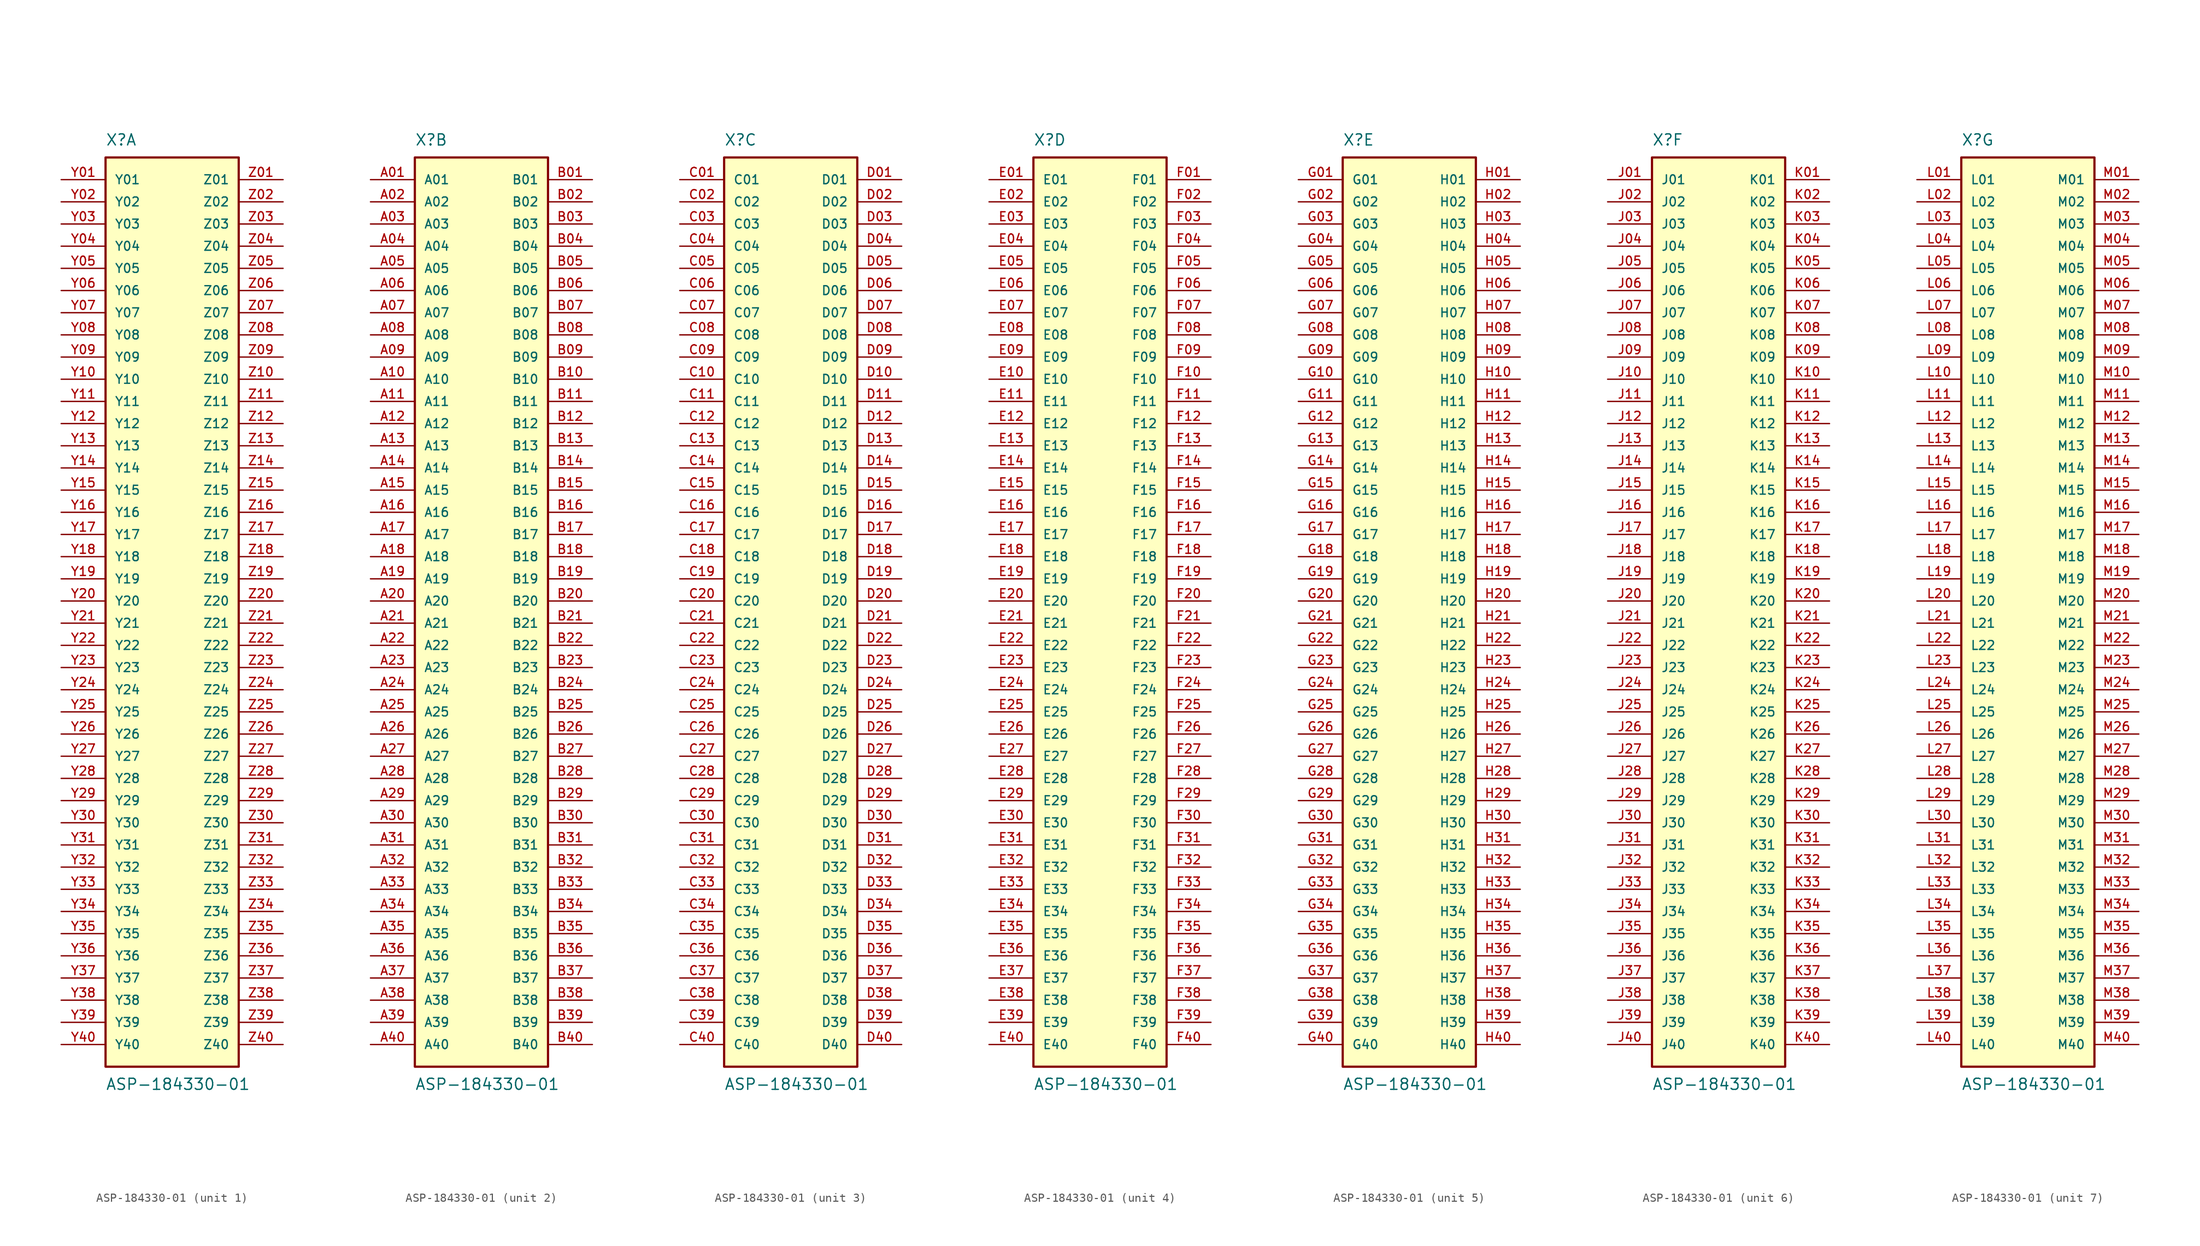
<source format=kicad_sym>
(kicad_symbol_lib
  (version 20241209)
  (generator "kicad_symbol_editor")
  (generator_version "9.0")
  (symbol "ASP-184330-01"
    (pin_names
      (offset 1.016))
    (property "Reference" "X"
      (at -7.62 52.07 0)
      (effects (font (size 1.27 1.27)) (justify left bottom)))
    (property "Value" "ASP-184330-01"
      (at -7.62 -54.61 0)
      (effects (font (size 1.27 1.27)) (justify left top)))
    (symbol "ASP-184330-01_1_0"
      (rectangle (start -7.62 -53.34) (end 7.62 50.8) (stroke (width 0.254) (type default)) (fill (type background)))
      (pin passive line (at -12.7 48.26 0) (length 5.08) (name "Y01" (effects (font (size 1.016 1.016)))) (number "Y01" (effects (font (size 1.016 1.016)))))
      (pin passive line (at -12.7 45.72 0) (length 5.08) (name "Y02" (effects (font (size 1.016 1.016)))) (number "Y02" (effects (font (size 1.016 1.016)))))
      (pin passive line (at -12.7 43.18 0) (length 5.08) (name "Y03" (effects (font (size 1.016 1.016)))) (number "Y03" (effects (font (size 1.016 1.016)))))
      (pin passive line (at -12.7 40.64 0) (length 5.08) (name "Y04" (effects (font (size 1.016 1.016)))) (number "Y04" (effects (font (size 1.016 1.016)))))
      (pin passive line (at -12.7 38.1 0) (length 5.08) (name "Y05" (effects (font (size 1.016 1.016)))) (number "Y05" (effects (font (size 1.016 1.016)))))
      (pin passive line (at -12.7 35.56 0) (length 5.08) (name "Y06" (effects (font (size 1.016 1.016)))) (number "Y06" (effects (font (size 1.016 1.016)))))
      (pin passive line (at -12.7 33.02 0) (length 5.08) (name "Y07" (effects (font (size 1.016 1.016)))) (number "Y07" (effects (font (size 1.016 1.016)))))
      (pin passive line (at -12.7 30.48 0) (length 5.08) (name "Y08" (effects (font (size 1.016 1.016)))) (number "Y08" (effects (font (size 1.016 1.016)))))
      (pin passive line (at -12.7 27.94 0) (length 5.08) (name "Y09" (effects (font (size 1.016 1.016)))) (number "Y09" (effects (font (size 1.016 1.016)))))
      (pin passive line (at -12.7 25.4 0) (length 5.08) (name "Y10" (effects (font (size 1.016 1.016)))) (number "Y10" (effects (font (size 1.016 1.016)))))
      (pin passive line (at -12.7 22.86 0) (length 5.08) (name "Y11" (effects (font (size 1.016 1.016)))) (number "Y11" (effects (font (size 1.016 1.016)))))
      (pin passive line (at -12.7 20.32 0) (length 5.08) (name "Y12" (effects (font (size 1.016 1.016)))) (number "Y12" (effects (font (size 1.016 1.016)))))
      (pin passive line (at -12.7 17.78 0) (length 5.08) (name "Y13" (effects (font (size 1.016 1.016)))) (number "Y13" (effects (font (size 1.016 1.016)))))
      (pin passive line (at -12.7 15.24 0) (length 5.08) (name "Y14" (effects (font (size 1.016 1.016)))) (number "Y14" (effects (font (size 1.016 1.016)))))
      (pin passive line (at -12.7 12.7 0) (length 5.08) (name "Y15" (effects (font (size 1.016 1.016)))) (number "Y15" (effects (font (size 1.016 1.016)))))
      (pin passive line (at -12.7 10.16 0) (length 5.08) (name "Y16" (effects (font (size 1.016 1.016)))) (number "Y16" (effects (font (size 1.016 1.016)))))
      (pin passive line (at -12.7 7.62 0) (length 5.08) (name "Y17" (effects (font (size 1.016 1.016)))) (number "Y17" (effects (font (size 1.016 1.016)))))
      (pin passive line (at -12.7 5.08 0) (length 5.08) (name "Y18" (effects (font (size 1.016 1.016)))) (number "Y18" (effects (font (size 1.016 1.016)))))
      (pin passive line (at -12.7 2.54 0) (length 5.08) (name "Y19" (effects (font (size 1.016 1.016)))) (number "Y19" (effects (font (size 1.016 1.016)))))
      (pin passive line (at -12.7 0 0) (length 5.08) (name "Y20" (effects (font (size 1.016 1.016)))) (number "Y20" (effects (font (size 1.016 1.016)))))
      (pin passive line (at -12.7 -2.54 0) (length 5.08) (name "Y21" (effects (font (size 1.016 1.016)))) (number "Y21" (effects (font (size 1.016 1.016)))))
      (pin passive line (at -12.7 -5.08 0) (length 5.08) (name "Y22" (effects (font (size 1.016 1.016)))) (number "Y22" (effects (font (size 1.016 1.016)))))
      (pin passive line (at -12.7 -7.62 0) (length 5.08) (name "Y23" (effects (font (size 1.016 1.016)))) (number "Y23" (effects (font (size 1.016 1.016)))))
      (pin passive line (at -12.7 -10.16 0) (length 5.08) (name "Y24" (effects (font (size 1.016 1.016)))) (number "Y24" (effects (font (size 1.016 1.016)))))
      (pin passive line (at -12.7 -12.7 0) (length 5.08) (name "Y25" (effects (font (size 1.016 1.016)))) (number "Y25" (effects (font (size 1.016 1.016)))))
      (pin passive line (at -12.7 -15.24 0) (length 5.08) (name "Y26" (effects (font (size 1.016 1.016)))) (number "Y26" (effects (font (size 1.016 1.016)))))
      (pin passive line (at -12.7 -17.78 0) (length 5.08) (name "Y27" (effects (font (size 1.016 1.016)))) (number "Y27" (effects (font (size 1.016 1.016)))))
      (pin passive line (at -12.7 -20.32 0) (length 5.08) (name "Y28" (effects (font (size 1.016 1.016)))) (number "Y28" (effects (font (size 1.016 1.016)))))
      (pin passive line (at -12.7 -22.86 0) (length 5.08) (name "Y29" (effects (font (size 1.016 1.016)))) (number "Y29" (effects (font (size 1.016 1.016)))))
      (pin passive line (at -12.7 -25.4 0) (length 5.08) (name "Y30" (effects (font (size 1.016 1.016)))) (number "Y30" (effects (font (size 1.016 1.016)))))
      (pin passive line (at -12.7 -27.94 0) (length 5.08) (name "Y31" (effects (font (size 1.016 1.016)))) (number "Y31" (effects (font (size 1.016 1.016)))))
      (pin passive line (at -12.7 -30.48 0) (length 5.08) (name "Y32" (effects (font (size 1.016 1.016)))) (number "Y32" (effects (font (size 1.016 1.016)))))
      (pin passive line (at -12.7 -33.02 0) (length 5.08) (name "Y33" (effects (font (size 1.016 1.016)))) (number "Y33" (effects (font (size 1.016 1.016)))))
      (pin passive line (at -12.7 -35.56 0) (length 5.08) (name "Y34" (effects (font (size 1.016 1.016)))) (number "Y34" (effects (font (size 1.016 1.016)))))
      (pin passive line (at -12.7 -38.1 0) (length 5.08) (name "Y35" (effects (font (size 1.016 1.016)))) (number "Y35" (effects (font (size 1.016 1.016)))))
      (pin passive line (at -12.7 -40.64 0) (length 5.08) (name "Y36" (effects (font (size 1.016 1.016)))) (number "Y36" (effects (font (size 1.016 1.016)))))
      (pin passive line (at -12.7 -43.18 0) (length 5.08) (name "Y37" (effects (font (size 1.016 1.016)))) (number "Y37" (effects (font (size 1.016 1.016)))))
      (pin passive line (at -12.7 -45.72 0) (length 5.08) (name "Y38" (effects (font (size 1.016 1.016)))) (number "Y38" (effects (font (size 1.016 1.016)))))
      (pin passive line (at -12.7 -48.26 0) (length 5.08) (name "Y39" (effects (font (size 1.016 1.016)))) (number "Y39" (effects (font (size 1.016 1.016)))))
      (pin passive line (at -12.7 -50.8 0) (length 5.08) (name "Y40" (effects (font (size 1.016 1.016)))) (number "Y40" (effects (font (size 1.016 1.016)))))
      (pin passive line (at 12.7 48.26 180) (length 5.08) (name "Z01" (effects (font (size 1.016 1.016)))) (number "Z01" (effects (font (size 1.016 1.016)))))
      (pin passive line (at 12.7 45.72 180) (length 5.08) (name "Z02" (effects (font (size 1.016 1.016)))) (number "Z02" (effects (font (size 1.016 1.016)))))
      (pin passive line (at 12.7 43.18 180) (length 5.08) (name "Z03" (effects (font (size 1.016 1.016)))) (number "Z03" (effects (font (size 1.016 1.016)))))
      (pin passive line (at 12.7 40.64 180) (length 5.08) (name "Z04" (effects (font (size 1.016 1.016)))) (number "Z04" (effects (font (size 1.016 1.016)))))
      (pin passive line (at 12.7 38.1 180) (length 5.08) (name "Z05" (effects (font (size 1.016 1.016)))) (number "Z05" (effects (font (size 1.016 1.016)))))
      (pin passive line (at 12.7 35.56 180) (length 5.08) (name "Z06" (effects (font (size 1.016 1.016)))) (number "Z06" (effects (font (size 1.016 1.016)))))
      (pin passive line (at 12.7 33.02 180) (length 5.08) (name "Z07" (effects (font (size 1.016 1.016)))) (number "Z07" (effects (font (size 1.016 1.016)))))
      (pin passive line (at 12.7 30.48 180) (length 5.08) (name "Z08" (effects (font (size 1.016 1.016)))) (number "Z08" (effects (font (size 1.016 1.016)))))
      (pin passive line (at 12.7 27.94 180) (length 5.08) (name "Z09" (effects (font (size 1.016 1.016)))) (number "Z09" (effects (font (size 1.016 1.016)))))
      (pin passive line (at 12.7 25.4 180) (length 5.08) (name "Z10" (effects (font (size 1.016 1.016)))) (number "Z10" (effects (font (size 1.016 1.016)))))
      (pin passive line (at 12.7 22.86 180) (length 5.08) (name "Z11" (effects (font (size 1.016 1.016)))) (number "Z11" (effects (font (size 1.016 1.016)))))
      (pin passive line (at 12.7 20.32 180) (length 5.08) (name "Z12" (effects (font (size 1.016 1.016)))) (number "Z12" (effects (font (size 1.016 1.016)))))
      (pin passive line (at 12.7 17.78 180) (length 5.08) (name "Z13" (effects (font (size 1.016 1.016)))) (number "Z13" (effects (font (size 1.016 1.016)))))
      (pin passive line (at 12.7 15.24 180) (length 5.08) (name "Z14" (effects (font (size 1.016 1.016)))) (number "Z14" (effects (font (size 1.016 1.016)))))
      (pin passive line (at 12.7 12.7 180) (length 5.08) (name "Z15" (effects (font (size 1.016 1.016)))) (number "Z15" (effects (font (size 1.016 1.016)))))
      (pin passive line (at 12.7 10.16 180) (length 5.08) (name "Z16" (effects (font (size 1.016 1.016)))) (number "Z16" (effects (font (size 1.016 1.016)))))
      (pin passive line (at 12.7 7.62 180) (length 5.08) (name "Z17" (effects (font (size 1.016 1.016)))) (number "Z17" (effects (font (size 1.016 1.016)))))
      (pin passive line (at 12.7 5.08 180) (length 5.08) (name "Z18" (effects (font (size 1.016 1.016)))) (number "Z18" (effects (font (size 1.016 1.016)))))
      (pin passive line (at 12.7 2.54 180) (length 5.08) (name "Z19" (effects (font (size 1.016 1.016)))) (number "Z19" (effects (font (size 1.016 1.016)))))
      (pin passive line (at 12.7 0 180) (length 5.08) (name "Z20" (effects (font (size 1.016 1.016)))) (number "Z20" (effects (font (size 1.016 1.016)))))
      (pin passive line (at 12.7 -2.54 180) (length 5.08) (name "Z21" (effects (font (size 1.016 1.016)))) (number "Z21" (effects (font (size 1.016 1.016)))))
      (pin passive line (at 12.7 -5.08 180) (length 5.08) (name "Z22" (effects (font (size 1.016 1.016)))) (number "Z22" (effects (font (size 1.016 1.016)))))
      (pin passive line (at 12.7 -7.62 180) (length 5.08) (name "Z23" (effects (font (size 1.016 1.016)))) (number "Z23" (effects (font (size 1.016 1.016)))))
      (pin passive line (at 12.7 -10.16 180) (length 5.08) (name "Z24" (effects (font (size 1.016 1.016)))) (number "Z24" (effects (font (size 1.016 1.016)))))
      (pin passive line (at 12.7 -12.7 180) (length 5.08) (name "Z25" (effects (font (size 1.016 1.016)))) (number "Z25" (effects (font (size 1.016 1.016)))))
      (pin passive line (at 12.7 -15.24 180) (length 5.08) (name "Z26" (effects (font (size 1.016 1.016)))) (number "Z26" (effects (font (size 1.016 1.016)))))
      (pin passive line (at 12.7 -17.78 180) (length 5.08) (name "Z27" (effects (font (size 1.016 1.016)))) (number "Z27" (effects (font (size 1.016 1.016)))))
      (pin passive line (at 12.7 -20.32 180) (length 5.08) (name "Z28" (effects (font (size 1.016 1.016)))) (number "Z28" (effects (font (size 1.016 1.016)))))
      (pin passive line (at 12.7 -22.86 180) (length 5.08) (name "Z29" (effects (font (size 1.016 1.016)))) (number "Z29" (effects (font (size 1.016 1.016)))))
      (pin passive line (at 12.7 -25.4 180) (length 5.08) (name "Z30" (effects (font (size 1.016 1.016)))) (number "Z30" (effects (font (size 1.016 1.016)))))
      (pin passive line (at 12.7 -27.94 180) (length 5.08) (name "Z31" (effects (font (size 1.016 1.016)))) (number "Z31" (effects (font (size 1.016 1.016)))))
      (pin passive line (at 12.7 -30.48 180) (length 5.08) (name "Z32" (effects (font (size 1.016 1.016)))) (number "Z32" (effects (font (size 1.016 1.016)))))
      (pin passive line (at 12.7 -33.02 180) (length 5.08) (name "Z33" (effects (font (size 1.016 1.016)))) (number "Z33" (effects (font (size 1.016 1.016)))))
      (pin passive line (at 12.7 -35.56 180) (length 5.08) (name "Z34" (effects (font (size 1.016 1.016)))) (number "Z34" (effects (font (size 1.016 1.016)))))
      (pin passive line (at 12.7 -38.1 180) (length 5.08) (name "Z35" (effects (font (size 1.016 1.016)))) (number "Z35" (effects (font (size 1.016 1.016)))))
      (pin passive line (at 12.7 -40.64 180) (length 5.08) (name "Z36" (effects (font (size 1.016 1.016)))) (number "Z36" (effects (font (size 1.016 1.016)))))
      (pin passive line (at 12.7 -43.18 180) (length 5.08) (name "Z37" (effects (font (size 1.016 1.016)))) (number "Z37" (effects (font (size 1.016 1.016)))))
      (pin passive line (at 12.7 -45.72 180) (length 5.08) (name "Z38" (effects (font (size 1.016 1.016)))) (number "Z38" (effects (font (size 1.016 1.016)))))
      (pin passive line (at 12.7 -48.26 180) (length 5.08) (name "Z39" (effects (font (size 1.016 1.016)))) (number "Z39" (effects (font (size 1.016 1.016)))))
      (pin passive line (at 12.7 -50.8 180) (length 5.08) (name "Z40" (effects (font (size 1.016 1.016)))) (number "Z40" (effects (font (size 1.016 1.016))))))
    (symbol "ASP-184330-01_2_0"
      (rectangle (start -7.62 -53.34) (end 7.62 50.8) (stroke (width 0.254) (type default)) (fill (type background)))
      (pin passive line (at -12.7 48.26 0) (length 5.08) (name "A01" (effects (font (size 1.016 1.016)))) (number "A01" (effects (font (size 1.016 1.016)))))
      (pin passive line (at -12.7 45.72 0) (length 5.08) (name "A02" (effects (font (size 1.016 1.016)))) (number "A02" (effects (font (size 1.016 1.016)))))
      (pin passive line (at -12.7 43.18 0) (length 5.08) (name "A03" (effects (font (size 1.016 1.016)))) (number "A03" (effects (font (size 1.016 1.016)))))
      (pin passive line (at -12.7 40.64 0) (length 5.08) (name "A04" (effects (font (size 1.016 1.016)))) (number "A04" (effects (font (size 1.016 1.016)))))
      (pin passive line (at -12.7 38.1 0) (length 5.08) (name "A05" (effects (font (size 1.016 1.016)))) (number "A05" (effects (font (size 1.016 1.016)))))
      (pin passive line (at -12.7 35.56 0) (length 5.08) (name "A06" (effects (font (size 1.016 1.016)))) (number "A06" (effects (font (size 1.016 1.016)))))
      (pin passive line (at -12.7 33.02 0) (length 5.08) (name "A07" (effects (font (size 1.016 1.016)))) (number "A07" (effects (font (size 1.016 1.016)))))
      (pin passive line (at -12.7 30.48 0) (length 5.08) (name "A08" (effects (font (size 1.016 1.016)))) (number "A08" (effects (font (size 1.016 1.016)))))
      (pin passive line (at -12.7 27.94 0) (length 5.08) (name "A09" (effects (font (size 1.016 1.016)))) (number "A09" (effects (font (size 1.016 1.016)))))
      (pin passive line (at -12.7 25.4 0) (length 5.08) (name "A10" (effects (font (size 1.016 1.016)))) (number "A10" (effects (font (size 1.016 1.016)))))
      (pin passive line (at -12.7 22.86 0) (length 5.08) (name "A11" (effects (font (size 1.016 1.016)))) (number "A11" (effects (font (size 1.016 1.016)))))
      (pin passive line (at -12.7 20.32 0) (length 5.08) (name "A12" (effects (font (size 1.016 1.016)))) (number "A12" (effects (font (size 1.016 1.016)))))
      (pin passive line (at -12.7 17.78 0) (length 5.08) (name "A13" (effects (font (size 1.016 1.016)))) (number "A13" (effects (font (size 1.016 1.016)))))
      (pin passive line (at -12.7 15.24 0) (length 5.08) (name "A14" (effects (font (size 1.016 1.016)))) (number "A14" (effects (font (size 1.016 1.016)))))
      (pin passive line (at -12.7 12.7 0) (length 5.08) (name "A15" (effects (font (size 1.016 1.016)))) (number "A15" (effects (font (size 1.016 1.016)))))
      (pin passive line (at -12.7 10.16 0) (length 5.08) (name "A16" (effects (font (size 1.016 1.016)))) (number "A16" (effects (font (size 1.016 1.016)))))
      (pin passive line (at -12.7 7.62 0) (length 5.08) (name "A17" (effects (font (size 1.016 1.016)))) (number "A17" (effects (font (size 1.016 1.016)))))
      (pin passive line (at -12.7 5.08 0) (length 5.08) (name "A18" (effects (font (size 1.016 1.016)))) (number "A18" (effects (font (size 1.016 1.016)))))
      (pin passive line (at -12.7 2.54 0) (length 5.08) (name "A19" (effects (font (size 1.016 1.016)))) (number "A19" (effects (font (size 1.016 1.016)))))
      (pin passive line (at -12.7 0 0) (length 5.08) (name "A20" (effects (font (size 1.016 1.016)))) (number "A20" (effects (font (size 1.016 1.016)))))
      (pin passive line (at -12.7 -2.54 0) (length 5.08) (name "A21" (effects (font (size 1.016 1.016)))) (number "A21" (effects (font (size 1.016 1.016)))))
      (pin passive line (at -12.7 -5.08 0) (length 5.08) (name "A22" (effects (font (size 1.016 1.016)))) (number "A22" (effects (font (size 1.016 1.016)))))
      (pin passive line (at -12.7 -7.62 0) (length 5.08) (name "A23" (effects (font (size 1.016 1.016)))) (number "A23" (effects (font (size 1.016 1.016)))))
      (pin passive line (at -12.7 -10.16 0) (length 5.08) (name "A24" (effects (font (size 1.016 1.016)))) (number "A24" (effects (font (size 1.016 1.016)))))
      (pin passive line (at -12.7 -12.7 0) (length 5.08) (name "A25" (effects (font (size 1.016 1.016)))) (number "A25" (effects (font (size 1.016 1.016)))))
      (pin passive line (at -12.7 -15.24 0) (length 5.08) (name "A26" (effects (font (size 1.016 1.016)))) (number "A26" (effects (font (size 1.016 1.016)))))
      (pin passive line (at -12.7 -17.78 0) (length 5.08) (name "A27" (effects (font (size 1.016 1.016)))) (number "A27" (effects (font (size 1.016 1.016)))))
      (pin passive line (at -12.7 -20.32 0) (length 5.08) (name "A28" (effects (font (size 1.016 1.016)))) (number "A28" (effects (font (size 1.016 1.016)))))
      (pin passive line (at -12.7 -22.86 0) (length 5.08) (name "A29" (effects (font (size 1.016 1.016)))) (number "A29" (effects (font (size 1.016 1.016)))))
      (pin passive line (at -12.7 -25.4 0) (length 5.08) (name "A30" (effects (font (size 1.016 1.016)))) (number "A30" (effects (font (size 1.016 1.016)))))
      (pin passive line (at -12.7 -27.94 0) (length 5.08) (name "A31" (effects (font (size 1.016 1.016)))) (number "A31" (effects (font (size 1.016 1.016)))))
      (pin passive line (at -12.7 -30.48 0) (length 5.08) (name "A32" (effects (font (size 1.016 1.016)))) (number "A32" (effects (font (size 1.016 1.016)))))
      (pin passive line (at -12.7 -33.02 0) (length 5.08) (name "A33" (effects (font (size 1.016 1.016)))) (number "A33" (effects (font (size 1.016 1.016)))))
      (pin passive line (at -12.7 -35.56 0) (length 5.08) (name "A34" (effects (font (size 1.016 1.016)))) (number "A34" (effects (font (size 1.016 1.016)))))
      (pin passive line (at -12.7 -38.1 0) (length 5.08) (name "A35" (effects (font (size 1.016 1.016)))) (number "A35" (effects (font (size 1.016 1.016)))))
      (pin passive line (at -12.7 -40.64 0) (length 5.08) (name "A36" (effects (font (size 1.016 1.016)))) (number "A36" (effects (font (size 1.016 1.016)))))
      (pin passive line (at -12.7 -43.18 0) (length 5.08) (name "A37" (effects (font (size 1.016 1.016)))) (number "A37" (effects (font (size 1.016 1.016)))))
      (pin passive line (at -12.7 -45.72 0) (length 5.08) (name "A38" (effects (font (size 1.016 1.016)))) (number "A38" (effects (font (size 1.016 1.016)))))
      (pin passive line (at -12.7 -48.26 0) (length 5.08) (name "A39" (effects (font (size 1.016 1.016)))) (number "A39" (effects (font (size 1.016 1.016)))))
      (pin passive line (at -12.7 -50.8 0) (length 5.08) (name "A40" (effects (font (size 1.016 1.016)))) (number "A40" (effects (font (size 1.016 1.016)))))
      (pin passive line (at 12.7 48.26 180) (length 5.08) (name "B01" (effects (font (size 1.016 1.016)))) (number "B01" (effects (font (size 1.016 1.016)))))
      (pin passive line (at 12.7 45.72 180) (length 5.08) (name "B02" (effects (font (size 1.016 1.016)))) (number "B02" (effects (font (size 1.016 1.016)))))
      (pin passive line (at 12.7 43.18 180) (length 5.08) (name "B03" (effects (font (size 1.016 1.016)))) (number "B03" (effects (font (size 1.016 1.016)))))
      (pin passive line (at 12.7 40.64 180) (length 5.08) (name "B04" (effects (font (size 1.016 1.016)))) (number "B04" (effects (font (size 1.016 1.016)))))
      (pin passive line (at 12.7 38.1 180) (length 5.08) (name "B05" (effects (font (size 1.016 1.016)))) (number "B05" (effects (font (size 1.016 1.016)))))
      (pin passive line (at 12.7 35.56 180) (length 5.08) (name "B06" (effects (font (size 1.016 1.016)))) (number "B06" (effects (font (size 1.016 1.016)))))
      (pin passive line (at 12.7 33.02 180) (length 5.08) (name "B07" (effects (font (size 1.016 1.016)))) (number "B07" (effects (font (size 1.016 1.016)))))
      (pin passive line (at 12.7 30.48 180) (length 5.08) (name "B08" (effects (font (size 1.016 1.016)))) (number "B08" (effects (font (size 1.016 1.016)))))
      (pin passive line (at 12.7 27.94 180) (length 5.08) (name "B09" (effects (font (size 1.016 1.016)))) (number "B09" (effects (font (size 1.016 1.016)))))
      (pin passive line (at 12.7 25.4 180) (length 5.08) (name "B10" (effects (font (size 1.016 1.016)))) (number "B10" (effects (font (size 1.016 1.016)))))
      (pin passive line (at 12.7 22.86 180) (length 5.08) (name "B11" (effects (font (size 1.016 1.016)))) (number "B11" (effects (font (size 1.016 1.016)))))
      (pin passive line (at 12.7 20.32 180) (length 5.08) (name "B12" (effects (font (size 1.016 1.016)))) (number "B12" (effects (font (size 1.016 1.016)))))
      (pin passive line (at 12.7 17.78 180) (length 5.08) (name "B13" (effects (font (size 1.016 1.016)))) (number "B13" (effects (font (size 1.016 1.016)))))
      (pin passive line (at 12.7 15.24 180) (length 5.08) (name "B14" (effects (font (size 1.016 1.016)))) (number "B14" (effects (font (size 1.016 1.016)))))
      (pin passive line (at 12.7 12.7 180) (length 5.08) (name "B15" (effects (font (size 1.016 1.016)))) (number "B15" (effects (font (size 1.016 1.016)))))
      (pin passive line (at 12.7 10.16 180) (length 5.08) (name "B16" (effects (font (size 1.016 1.016)))) (number "B16" (effects (font (size 1.016 1.016)))))
      (pin passive line (at 12.7 7.62 180) (length 5.08) (name "B17" (effects (font (size 1.016 1.016)))) (number "B17" (effects (font (size 1.016 1.016)))))
      (pin passive line (at 12.7 5.08 180) (length 5.08) (name "B18" (effects (font (size 1.016 1.016)))) (number "B18" (effects (font (size 1.016 1.016)))))
      (pin passive line (at 12.7 2.54 180) (length 5.08) (name "B19" (effects (font (size 1.016 1.016)))) (number "B19" (effects (font (size 1.016 1.016)))))
      (pin passive line (at 12.7 0 180) (length 5.08) (name "B20" (effects (font (size 1.016 1.016)))) (number "B20" (effects (font (size 1.016 1.016)))))
      (pin passive line (at 12.7 -2.54 180) (length 5.08) (name "B21" (effects (font (size 1.016 1.016)))) (number "B21" (effects (font (size 1.016 1.016)))))
      (pin passive line (at 12.7 -5.08 180) (length 5.08) (name "B22" (effects (font (size 1.016 1.016)))) (number "B22" (effects (font (size 1.016 1.016)))))
      (pin passive line (at 12.7 -7.62 180) (length 5.08) (name "B23" (effects (font (size 1.016 1.016)))) (number "B23" (effects (font (size 1.016 1.016)))))
      (pin passive line (at 12.7 -10.16 180) (length 5.08) (name "B24" (effects (font (size 1.016 1.016)))) (number "B24" (effects (font (size 1.016 1.016)))))
      (pin passive line (at 12.7 -12.7 180) (length 5.08) (name "B25" (effects (font (size 1.016 1.016)))) (number "B25" (effects (font (size 1.016 1.016)))))
      (pin passive line (at 12.7 -15.24 180) (length 5.08) (name "B26" (effects (font (size 1.016 1.016)))) (number "B26" (effects (font (size 1.016 1.016)))))
      (pin passive line (at 12.7 -17.78 180) (length 5.08) (name "B27" (effects (font (size 1.016 1.016)))) (number "B27" (effects (font (size 1.016 1.016)))))
      (pin passive line (at 12.7 -20.32 180) (length 5.08) (name "B28" (effects (font (size 1.016 1.016)))) (number "B28" (effects (font (size 1.016 1.016)))))
      (pin passive line (at 12.7 -22.86 180) (length 5.08) (name "B29" (effects (font (size 1.016 1.016)))) (number "B29" (effects (font (size 1.016 1.016)))))
      (pin passive line (at 12.7 -25.4 180) (length 5.08) (name "B30" (effects (font (size 1.016 1.016)))) (number "B30" (effects (font (size 1.016 1.016)))))
      (pin passive line (at 12.7 -27.94 180) (length 5.08) (name "B31" (effects (font (size 1.016 1.016)))) (number "B31" (effects (font (size 1.016 1.016)))))
      (pin passive line (at 12.7 -30.48 180) (length 5.08) (name "B32" (effects (font (size 1.016 1.016)))) (number "B32" (effects (font (size 1.016 1.016)))))
      (pin passive line (at 12.7 -33.02 180) (length 5.08) (name "B33" (effects (font (size 1.016 1.016)))) (number "B33" (effects (font (size 1.016 1.016)))))
      (pin passive line (at 12.7 -35.56 180) (length 5.08) (name "B34" (effects (font (size 1.016 1.016)))) (number "B34" (effects (font (size 1.016 1.016)))))
      (pin passive line (at 12.7 -38.1 180) (length 5.08) (name "B35" (effects (font (size 1.016 1.016)))) (number "B35" (effects (font (size 1.016 1.016)))))
      (pin passive line (at 12.7 -40.64 180) (length 5.08) (name "B36" (effects (font (size 1.016 1.016)))) (number "B36" (effects (font (size 1.016 1.016)))))
      (pin passive line (at 12.7 -43.18 180) (length 5.08) (name "B37" (effects (font (size 1.016 1.016)))) (number "B37" (effects (font (size 1.016 1.016)))))
      (pin passive line (at 12.7 -45.72 180) (length 5.08) (name "B38" (effects (font (size 1.016 1.016)))) (number "B38" (effects (font (size 1.016 1.016)))))
      (pin passive line (at 12.7 -48.26 180) (length 5.08) (name "B39" (effects (font (size 1.016 1.016)))) (number "B39" (effects (font (size 1.016 1.016)))))
      (pin passive line (at 12.7 -50.8 180) (length 5.08) (name "B40" (effects (font (size 1.016 1.016)))) (number "B40" (effects (font (size 1.016 1.016))))))
    (symbol "ASP-184330-01_3_0"
      (rectangle (start -7.62 -53.34) (end 7.62 50.8) (stroke (width 0.254) (type default)) (fill (type background)))
      (pin passive line (at -12.7 48.26 0) (length 5.08) (name "C01" (effects (font (size 1.016 1.016)))) (number "C01" (effects (font (size 1.016 1.016)))))
      (pin passive line (at -12.7 45.72 0) (length 5.08) (name "C02" (effects (font (size 1.016 1.016)))) (number "C02" (effects (font (size 1.016 1.016)))))
      (pin passive line (at -12.7 43.18 0) (length 5.08) (name "C03" (effects (font (size 1.016 1.016)))) (number "C03" (effects (font (size 1.016 1.016)))))
      (pin passive line (at -12.7 40.64 0) (length 5.08) (name "C04" (effects (font (size 1.016 1.016)))) (number "C04" (effects (font (size 1.016 1.016)))))
      (pin passive line (at -12.7 38.1 0) (length 5.08) (name "C05" (effects (font (size 1.016 1.016)))) (number "C05" (effects (font (size 1.016 1.016)))))
      (pin passive line (at -12.7 35.56 0) (length 5.08) (name "C06" (effects (font (size 1.016 1.016)))) (number "C06" (effects (font (size 1.016 1.016)))))
      (pin passive line (at -12.7 33.02 0) (length 5.08) (name "C07" (effects (font (size 1.016 1.016)))) (number "C07" (effects (font (size 1.016 1.016)))))
      (pin passive line (at -12.7 30.48 0) (length 5.08) (name "C08" (effects (font (size 1.016 1.016)))) (number "C08" (effects (font (size 1.016 1.016)))))
      (pin passive line (at -12.7 27.94 0) (length 5.08) (name "C09" (effects (font (size 1.016 1.016)))) (number "C09" (effects (font (size 1.016 1.016)))))
      (pin passive line (at -12.7 25.4 0) (length 5.08) (name "C10" (effects (font (size 1.016 1.016)))) (number "C10" (effects (font (size 1.016 1.016)))))
      (pin passive line (at -12.7 22.86 0) (length 5.08) (name "C11" (effects (font (size 1.016 1.016)))) (number "C11" (effects (font (size 1.016 1.016)))))
      (pin passive line (at -12.7 20.32 0) (length 5.08) (name "C12" (effects (font (size 1.016 1.016)))) (number "C12" (effects (font (size 1.016 1.016)))))
      (pin passive line (at -12.7 17.78 0) (length 5.08) (name "C13" (effects (font (size 1.016 1.016)))) (number "C13" (effects (font (size 1.016 1.016)))))
      (pin passive line (at -12.7 15.24 0) (length 5.08) (name "C14" (effects (font (size 1.016 1.016)))) (number "C14" (effects (font (size 1.016 1.016)))))
      (pin passive line (at -12.7 12.7 0) (length 5.08) (name "C15" (effects (font (size 1.016 1.016)))) (number "C15" (effects (font (size 1.016 1.016)))))
      (pin passive line (at -12.7 10.16 0) (length 5.08) (name "C16" (effects (font (size 1.016 1.016)))) (number "C16" (effects (font (size 1.016 1.016)))))
      (pin passive line (at -12.7 7.62 0) (length 5.08) (name "C17" (effects (font (size 1.016 1.016)))) (number "C17" (effects (font (size 1.016 1.016)))))
      (pin passive line (at -12.7 5.08 0) (length 5.08) (name "C18" (effects (font (size 1.016 1.016)))) (number "C18" (effects (font (size 1.016 1.016)))))
      (pin passive line (at -12.7 2.54 0) (length 5.08) (name "C19" (effects (font (size 1.016 1.016)))) (number "C19" (effects (font (size 1.016 1.016)))))
      (pin passive line (at -12.7 0 0) (length 5.08) (name "C20" (effects (font (size 1.016 1.016)))) (number "C20" (effects (font (size 1.016 1.016)))))
      (pin passive line (at -12.7 -2.54 0) (length 5.08) (name "C21" (effects (font (size 1.016 1.016)))) (number "C21" (effects (font (size 1.016 1.016)))))
      (pin passive line (at -12.7 -5.08 0) (length 5.08) (name "C22" (effects (font (size 1.016 1.016)))) (number "C22" (effects (font (size 1.016 1.016)))))
      (pin passive line (at -12.7 -7.62 0) (length 5.08) (name "C23" (effects (font (size 1.016 1.016)))) (number "C23" (effects (font (size 1.016 1.016)))))
      (pin passive line (at -12.7 -10.16 0) (length 5.08) (name "C24" (effects (font (size 1.016 1.016)))) (number "C24" (effects (font (size 1.016 1.016)))))
      (pin passive line (at -12.7 -12.7 0) (length 5.08) (name "C25" (effects (font (size 1.016 1.016)))) (number "C25" (effects (font (size 1.016 1.016)))))
      (pin passive line (at -12.7 -15.24 0) (length 5.08) (name "C26" (effects (font (size 1.016 1.016)))) (number "C26" (effects (font (size 1.016 1.016)))))
      (pin passive line (at -12.7 -17.78 0) (length 5.08) (name "C27" (effects (font (size 1.016 1.016)))) (number "C27" (effects (font (size 1.016 1.016)))))
      (pin passive line (at -12.7 -20.32 0) (length 5.08) (name "C28" (effects (font (size 1.016 1.016)))) (number "C28" (effects (font (size 1.016 1.016)))))
      (pin passive line (at -12.7 -22.86 0) (length 5.08) (name "C29" (effects (font (size 1.016 1.016)))) (number "C29" (effects (font (size 1.016 1.016)))))
      (pin passive line (at -12.7 -25.4 0) (length 5.08) (name "C30" (effects (font (size 1.016 1.016)))) (number "C30" (effects (font (size 1.016 1.016)))))
      (pin passive line (at -12.7 -27.94 0) (length 5.08) (name "C31" (effects (font (size 1.016 1.016)))) (number "C31" (effects (font (size 1.016 1.016)))))
      (pin passive line (at -12.7 -30.48 0) (length 5.08) (name "C32" (effects (font (size 1.016 1.016)))) (number "C32" (effects (font (size 1.016 1.016)))))
      (pin passive line (at -12.7 -33.02 0) (length 5.08) (name "C33" (effects (font (size 1.016 1.016)))) (number "C33" (effects (font (size 1.016 1.016)))))
      (pin passive line (at -12.7 -35.56 0) (length 5.08) (name "C34" (effects (font (size 1.016 1.016)))) (number "C34" (effects (font (size 1.016 1.016)))))
      (pin passive line (at -12.7 -38.1 0) (length 5.08) (name "C35" (effects (font (size 1.016 1.016)))) (number "C35" (effects (font (size 1.016 1.016)))))
      (pin passive line (at -12.7 -40.64 0) (length 5.08) (name "C36" (effects (font (size 1.016 1.016)))) (number "C36" (effects (font (size 1.016 1.016)))))
      (pin passive line (at -12.7 -43.18 0) (length 5.08) (name "C37" (effects (font (size 1.016 1.016)))) (number "C37" (effects (font (size 1.016 1.016)))))
      (pin passive line (at -12.7 -45.72 0) (length 5.08) (name "C38" (effects (font (size 1.016 1.016)))) (number "C38" (effects (font (size 1.016 1.016)))))
      (pin passive line (at -12.7 -48.26 0) (length 5.08) (name "C39" (effects (font (size 1.016 1.016)))) (number "C39" (effects (font (size 1.016 1.016)))))
      (pin passive line (at -12.7 -50.8 0) (length 5.08) (name "C40" (effects (font (size 1.016 1.016)))) (number "C40" (effects (font (size 1.016 1.016)))))
      (pin passive line (at 12.7 48.26 180) (length 5.08) (name "D01" (effects (font (size 1.016 1.016)))) (number "D01" (effects (font (size 1.016 1.016)))))
      (pin passive line (at 12.7 45.72 180) (length 5.08) (name "D02" (effects (font (size 1.016 1.016)))) (number "D02" (effects (font (size 1.016 1.016)))))
      (pin passive line (at 12.7 43.18 180) (length 5.08) (name "D03" (effects (font (size 1.016 1.016)))) (number "D03" (effects (font (size 1.016 1.016)))))
      (pin passive line (at 12.7 40.64 180) (length 5.08) (name "D04" (effects (font (size 1.016 1.016)))) (number "D04" (effects (font (size 1.016 1.016)))))
      (pin passive line (at 12.7 38.1 180) (length 5.08) (name "D05" (effects (font (size 1.016 1.016)))) (number "D05" (effects (font (size 1.016 1.016)))))
      (pin passive line (at 12.7 35.56 180) (length 5.08) (name "D06" (effects (font (size 1.016 1.016)))) (number "D06" (effects (font (size 1.016 1.016)))))
      (pin passive line (at 12.7 33.02 180) (length 5.08) (name "D07" (effects (font (size 1.016 1.016)))) (number "D07" (effects (font (size 1.016 1.016)))))
      (pin passive line (at 12.7 30.48 180) (length 5.08) (name "D08" (effects (font (size 1.016 1.016)))) (number "D08" (effects (font (size 1.016 1.016)))))
      (pin passive line (at 12.7 27.94 180) (length 5.08) (name "D09" (effects (font (size 1.016 1.016)))) (number "D09" (effects (font (size 1.016 1.016)))))
      (pin passive line (at 12.7 25.4 180) (length 5.08) (name "D10" (effects (font (size 1.016 1.016)))) (number "D10" (effects (font (size 1.016 1.016)))))
      (pin passive line (at 12.7 22.86 180) (length 5.08) (name "D11" (effects (font (size 1.016 1.016)))) (number "D11" (effects (font (size 1.016 1.016)))))
      (pin passive line (at 12.7 20.32 180) (length 5.08) (name "D12" (effects (font (size 1.016 1.016)))) (number "D12" (effects (font (size 1.016 1.016)))))
      (pin passive line (at 12.7 17.78 180) (length 5.08) (name "D13" (effects (font (size 1.016 1.016)))) (number "D13" (effects (font (size 1.016 1.016)))))
      (pin passive line (at 12.7 15.24 180) (length 5.08) (name "D14" (effects (font (size 1.016 1.016)))) (number "D14" (effects (font (size 1.016 1.016)))))
      (pin passive line (at 12.7 12.7 180) (length 5.08) (name "D15" (effects (font (size 1.016 1.016)))) (number "D15" (effects (font (size 1.016 1.016)))))
      (pin passive line (at 12.7 10.16 180) (length 5.08) (name "D16" (effects (font (size 1.016 1.016)))) (number "D16" (effects (font (size 1.016 1.016)))))
      (pin passive line (at 12.7 7.62 180) (length 5.08) (name "D17" (effects (font (size 1.016 1.016)))) (number "D17" (effects (font (size 1.016 1.016)))))
      (pin passive line (at 12.7 5.08 180) (length 5.08) (name "D18" (effects (font (size 1.016 1.016)))) (number "D18" (effects (font (size 1.016 1.016)))))
      (pin passive line (at 12.7 2.54 180) (length 5.08) (name "D19" (effects (font (size 1.016 1.016)))) (number "D19" (effects (font (size 1.016 1.016)))))
      (pin passive line (at 12.7 0 180) (length 5.08) (name "D20" (effects (font (size 1.016 1.016)))) (number "D20" (effects (font (size 1.016 1.016)))))
      (pin passive line (at 12.7 -2.54 180) (length 5.08) (name "D21" (effects (font (size 1.016 1.016)))) (number "D21" (effects (font (size 1.016 1.016)))))
      (pin passive line (at 12.7 -5.08 180) (length 5.08) (name "D22" (effects (font (size 1.016 1.016)))) (number "D22" (effects (font (size 1.016 1.016)))))
      (pin passive line (at 12.7 -7.62 180) (length 5.08) (name "D23" (effects (font (size 1.016 1.016)))) (number "D23" (effects (font (size 1.016 1.016)))))
      (pin passive line (at 12.7 -10.16 180) (length 5.08) (name "D24" (effects (font (size 1.016 1.016)))) (number "D24" (effects (font (size 1.016 1.016)))))
      (pin passive line (at 12.7 -12.7 180) (length 5.08) (name "D25" (effects (font (size 1.016 1.016)))) (number "D25" (effects (font (size 1.016 1.016)))))
      (pin passive line (at 12.7 -15.24 180) (length 5.08) (name "D26" (effects (font (size 1.016 1.016)))) (number "D26" (effects (font (size 1.016 1.016)))))
      (pin passive line (at 12.7 -17.78 180) (length 5.08) (name "D27" (effects (font (size 1.016 1.016)))) (number "D27" (effects (font (size 1.016 1.016)))))
      (pin passive line (at 12.7 -20.32 180) (length 5.08) (name "D28" (effects (font (size 1.016 1.016)))) (number "D28" (effects (font (size 1.016 1.016)))))
      (pin passive line (at 12.7 -22.86 180) (length 5.08) (name "D29" (effects (font (size 1.016 1.016)))) (number "D29" (effects (font (size 1.016 1.016)))))
      (pin passive line (at 12.7 -25.4 180) (length 5.08) (name "D30" (effects (font (size 1.016 1.016)))) (number "D30" (effects (font (size 1.016 1.016)))))
      (pin passive line (at 12.7 -27.94 180) (length 5.08) (name "D31" (effects (font (size 1.016 1.016)))) (number "D31" (effects (font (size 1.016 1.016)))))
      (pin passive line (at 12.7 -30.48 180) (length 5.08) (name "D32" (effects (font (size 1.016 1.016)))) (number "D32" (effects (font (size 1.016 1.016)))))
      (pin passive line (at 12.7 -33.02 180) (length 5.08) (name "D33" (effects (font (size 1.016 1.016)))) (number "D33" (effects (font (size 1.016 1.016)))))
      (pin passive line (at 12.7 -35.56 180) (length 5.08) (name "D34" (effects (font (size 1.016 1.016)))) (number "D34" (effects (font (size 1.016 1.016)))))
      (pin passive line (at 12.7 -38.1 180) (length 5.08) (name "D35" (effects (font (size 1.016 1.016)))) (number "D35" (effects (font (size 1.016 1.016)))))
      (pin passive line (at 12.7 -40.64 180) (length 5.08) (name "D36" (effects (font (size 1.016 1.016)))) (number "D36" (effects (font (size 1.016 1.016)))))
      (pin passive line (at 12.7 -43.18 180) (length 5.08) (name "D37" (effects (font (size 1.016 1.016)))) (number "D37" (effects (font (size 1.016 1.016)))))
      (pin passive line (at 12.7 -45.72 180) (length 5.08) (name "D38" (effects (font (size 1.016 1.016)))) (number "D38" (effects (font (size 1.016 1.016)))))
      (pin passive line (at 12.7 -48.26 180) (length 5.08) (name "D39" (effects (font (size 1.016 1.016)))) (number "D39" (effects (font (size 1.016 1.016)))))
      (pin passive line (at 12.7 -50.8 180) (length 5.08) (name "D40" (effects (font (size 1.016 1.016)))) (number "D40" (effects (font (size 1.016 1.016))))))
    (symbol "ASP-184330-01_4_0"
      (rectangle (start -7.62 -53.34) (end 7.62 50.8) (stroke (width 0.254) (type default)) (fill (type background)))
      (pin passive line (at -12.7 48.26 0) (length 5.08) (name "E01" (effects (font (size 1.016 1.016)))) (number "E01" (effects (font (size 1.016 1.016)))))
      (pin passive line (at -12.7 45.72 0) (length 5.08) (name "E02" (effects (font (size 1.016 1.016)))) (number "E02" (effects (font (size 1.016 1.016)))))
      (pin passive line (at -12.7 43.18 0) (length 5.08) (name "E03" (effects (font (size 1.016 1.016)))) (number "E03" (effects (font (size 1.016 1.016)))))
      (pin passive line (at -12.7 40.64 0) (length 5.08) (name "E04" (effects (font (size 1.016 1.016)))) (number "E04" (effects (font (size 1.016 1.016)))))
      (pin passive line (at -12.7 38.1 0) (length 5.08) (name "E05" (effects (font (size 1.016 1.016)))) (number "E05" (effects (font (size 1.016 1.016)))))
      (pin passive line (at -12.7 35.56 0) (length 5.08) (name "E06" (effects (font (size 1.016 1.016)))) (number "E06" (effects (font (size 1.016 1.016)))))
      (pin passive line (at -12.7 33.02 0) (length 5.08) (name "E07" (effects (font (size 1.016 1.016)))) (number "E07" (effects (font (size 1.016 1.016)))))
      (pin passive line (at -12.7 30.48 0) (length 5.08) (name "E08" (effects (font (size 1.016 1.016)))) (number "E08" (effects (font (size 1.016 1.016)))))
      (pin passive line (at -12.7 27.94 0) (length 5.08) (name "E09" (effects (font (size 1.016 1.016)))) (number "E09" (effects (font (size 1.016 1.016)))))
      (pin passive line (at -12.7 25.4 0) (length 5.08) (name "E10" (effects (font (size 1.016 1.016)))) (number "E10" (effects (font (size 1.016 1.016)))))
      (pin passive line (at -12.7 22.86 0) (length 5.08) (name "E11" (effects (font (size 1.016 1.016)))) (number "E11" (effects (font (size 1.016 1.016)))))
      (pin passive line (at -12.7 20.32 0) (length 5.08) (name "E12" (effects (font (size 1.016 1.016)))) (number "E12" (effects (font (size 1.016 1.016)))))
      (pin passive line (at -12.7 17.78 0) (length 5.08) (name "E13" (effects (font (size 1.016 1.016)))) (number "E13" (effects (font (size 1.016 1.016)))))
      (pin passive line (at -12.7 15.24 0) (length 5.08) (name "E14" (effects (font (size 1.016 1.016)))) (number "E14" (effects (font (size 1.016 1.016)))))
      (pin passive line (at -12.7 12.7 0) (length 5.08) (name "E15" (effects (font (size 1.016 1.016)))) (number "E15" (effects (font (size 1.016 1.016)))))
      (pin passive line (at -12.7 10.16 0) (length 5.08) (name "E16" (effects (font (size 1.016 1.016)))) (number "E16" (effects (font (size 1.016 1.016)))))
      (pin passive line (at -12.7 7.62 0) (length 5.08) (name "E17" (effects (font (size 1.016 1.016)))) (number "E17" (effects (font (size 1.016 1.016)))))
      (pin passive line (at -12.7 5.08 0) (length 5.08) (name "E18" (effects (font (size 1.016 1.016)))) (number "E18" (effects (font (size 1.016 1.016)))))
      (pin passive line (at -12.7 2.54 0) (length 5.08) (name "E19" (effects (font (size 1.016 1.016)))) (number "E19" (effects (font (size 1.016 1.016)))))
      (pin passive line (at -12.7 0 0) (length 5.08) (name "E20" (effects (font (size 1.016 1.016)))) (number "E20" (effects (font (size 1.016 1.016)))))
      (pin passive line (at -12.7 -2.54 0) (length 5.08) (name "E21" (effects (font (size 1.016 1.016)))) (number "E21" (effects (font (size 1.016 1.016)))))
      (pin passive line (at -12.7 -5.08 0) (length 5.08) (name "E22" (effects (font (size 1.016 1.016)))) (number "E22" (effects (font (size 1.016 1.016)))))
      (pin passive line (at -12.7 -7.62 0) (length 5.08) (name "E23" (effects (font (size 1.016 1.016)))) (number "E23" (effects (font (size 1.016 1.016)))))
      (pin passive line (at -12.7 -10.16 0) (length 5.08) (name "E24" (effects (font (size 1.016 1.016)))) (number "E24" (effects (font (size 1.016 1.016)))))
      (pin passive line (at -12.7 -12.7 0) (length 5.08) (name "E25" (effects (font (size 1.016 1.016)))) (number "E25" (effects (font (size 1.016 1.016)))))
      (pin passive line (at -12.7 -15.24 0) (length 5.08) (name "E26" (effects (font (size 1.016 1.016)))) (number "E26" (effects (font (size 1.016 1.016)))))
      (pin passive line (at -12.7 -17.78 0) (length 5.08) (name "E27" (effects (font (size 1.016 1.016)))) (number "E27" (effects (font (size 1.016 1.016)))))
      (pin passive line (at -12.7 -20.32 0) (length 5.08) (name "E28" (effects (font (size 1.016 1.016)))) (number "E28" (effects (font (size 1.016 1.016)))))
      (pin passive line (at -12.7 -22.86 0) (length 5.08) (name "E29" (effects (font (size 1.016 1.016)))) (number "E29" (effects (font (size 1.016 1.016)))))
      (pin passive line (at -12.7 -25.4 0) (length 5.08) (name "E30" (effects (font (size 1.016 1.016)))) (number "E30" (effects (font (size 1.016 1.016)))))
      (pin passive line (at -12.7 -27.94 0) (length 5.08) (name "E31" (effects (font (size 1.016 1.016)))) (number "E31" (effects (font (size 1.016 1.016)))))
      (pin passive line (at -12.7 -30.48 0) (length 5.08) (name "E32" (effects (font (size 1.016 1.016)))) (number "E32" (effects (font (size 1.016 1.016)))))
      (pin passive line (at -12.7 -33.02 0) (length 5.08) (name "E33" (effects (font (size 1.016 1.016)))) (number "E33" (effects (font (size 1.016 1.016)))))
      (pin passive line (at -12.7 -35.56 0) (length 5.08) (name "E34" (effects (font (size 1.016 1.016)))) (number "E34" (effects (font (size 1.016 1.016)))))
      (pin passive line (at -12.7 -38.1 0) (length 5.08) (name "E35" (effects (font (size 1.016 1.016)))) (number "E35" (effects (font (size 1.016 1.016)))))
      (pin passive line (at -12.7 -40.64 0) (length 5.08) (name "E36" (effects (font (size 1.016 1.016)))) (number "E36" (effects (font (size 1.016 1.016)))))
      (pin passive line (at -12.7 -43.18 0) (length 5.08) (name "E37" (effects (font (size 1.016 1.016)))) (number "E37" (effects (font (size 1.016 1.016)))))
      (pin passive line (at -12.7 -45.72 0) (length 5.08) (name "E38" (effects (font (size 1.016 1.016)))) (number "E38" (effects (font (size 1.016 1.016)))))
      (pin passive line (at -12.7 -48.26 0) (length 5.08) (name "E39" (effects (font (size 1.016 1.016)))) (number "E39" (effects (font (size 1.016 1.016)))))
      (pin passive line (at -12.7 -50.8 0) (length 5.08) (name "E40" (effects (font (size 1.016 1.016)))) (number "E40" (effects (font (size 1.016 1.016)))))
      (pin passive line (at 12.7 48.26 180) (length 5.08) (name "F01" (effects (font (size 1.016 1.016)))) (number "F01" (effects (font (size 1.016 1.016)))))
      (pin passive line (at 12.7 45.72 180) (length 5.08) (name "F02" (effects (font (size 1.016 1.016)))) (number "F02" (effects (font (size 1.016 1.016)))))
      (pin passive line (at 12.7 43.18 180) (length 5.08) (name "F03" (effects (font (size 1.016 1.016)))) (number "F03" (effects (font (size 1.016 1.016)))))
      (pin passive line (at 12.7 40.64 180) (length 5.08) (name "F04" (effects (font (size 1.016 1.016)))) (number "F04" (effects (font (size 1.016 1.016)))))
      (pin passive line (at 12.7 38.1 180) (length 5.08) (name "F05" (effects (font (size 1.016 1.016)))) (number "F05" (effects (font (size 1.016 1.016)))))
      (pin passive line (at 12.7 35.56 180) (length 5.08) (name "F06" (effects (font (size 1.016 1.016)))) (number "F06" (effects (font (size 1.016 1.016)))))
      (pin passive line (at 12.7 33.02 180) (length 5.08) (name "F07" (effects (font (size 1.016 1.016)))) (number "F07" (effects (font (size 1.016 1.016)))))
      (pin passive line (at 12.7 30.48 180) (length 5.08) (name "F08" (effects (font (size 1.016 1.016)))) (number "F08" (effects (font (size 1.016 1.016)))))
      (pin passive line (at 12.7 27.94 180) (length 5.08) (name "F09" (effects (font (size 1.016 1.016)))) (number "F09" (effects (font (size 1.016 1.016)))))
      (pin passive line (at 12.7 25.4 180) (length 5.08) (name "F10" (effects (font (size 1.016 1.016)))) (number "F10" (effects (font (size 1.016 1.016)))))
      (pin passive line (at 12.7 22.86 180) (length 5.08) (name "F11" (effects (font (size 1.016 1.016)))) (number "F11" (effects (font (size 1.016 1.016)))))
      (pin passive line (at 12.7 20.32 180) (length 5.08) (name "F12" (effects (font (size 1.016 1.016)))) (number "F12" (effects (font (size 1.016 1.016)))))
      (pin passive line (at 12.7 17.78 180) (length 5.08) (name "F13" (effects (font (size 1.016 1.016)))) (number "F13" (effects (font (size 1.016 1.016)))))
      (pin passive line (at 12.7 15.24 180) (length 5.08) (name "F14" (effects (font (size 1.016 1.016)))) (number "F14" (effects (font (size 1.016 1.016)))))
      (pin passive line (at 12.7 12.7 180) (length 5.08) (name "F15" (effects (font (size 1.016 1.016)))) (number "F15" (effects (font (size 1.016 1.016)))))
      (pin passive line (at 12.7 10.16 180) (length 5.08) (name "F16" (effects (font (size 1.016 1.016)))) (number "F16" (effects (font (size 1.016 1.016)))))
      (pin passive line (at 12.7 7.62 180) (length 5.08) (name "F17" (effects (font (size 1.016 1.016)))) (number "F17" (effects (font (size 1.016 1.016)))))
      (pin passive line (at 12.7 5.08 180) (length 5.08) (name "F18" (effects (font (size 1.016 1.016)))) (number "F18" (effects (font (size 1.016 1.016)))))
      (pin passive line (at 12.7 2.54 180) (length 5.08) (name "F19" (effects (font (size 1.016 1.016)))) (number "F19" (effects (font (size 1.016 1.016)))))
      (pin passive line (at 12.7 0 180) (length 5.08) (name "F20" (effects (font (size 1.016 1.016)))) (number "F20" (effects (font (size 1.016 1.016)))))
      (pin passive line (at 12.7 -2.54 180) (length 5.08) (name "F21" (effects (font (size 1.016 1.016)))) (number "F21" (effects (font (size 1.016 1.016)))))
      (pin passive line (at 12.7 -5.08 180) (length 5.08) (name "F22" (effects (font (size 1.016 1.016)))) (number "F22" (effects (font (size 1.016 1.016)))))
      (pin passive line (at 12.7 -7.62 180) (length 5.08) (name "F23" (effects (font (size 1.016 1.016)))) (number "F23" (effects (font (size 1.016 1.016)))))
      (pin passive line (at 12.7 -10.16 180) (length 5.08) (name "F24" (effects (font (size 1.016 1.016)))) (number "F24" (effects (font (size 1.016 1.016)))))
      (pin passive line (at 12.7 -12.7 180) (length 5.08) (name "F25" (effects (font (size 1.016 1.016)))) (number "F25" (effects (font (size 1.016 1.016)))))
      (pin passive line (at 12.7 -15.24 180) (length 5.08) (name "F26" (effects (font (size 1.016 1.016)))) (number "F26" (effects (font (size 1.016 1.016)))))
      (pin passive line (at 12.7 -17.78 180) (length 5.08) (name "F27" (effects (font (size 1.016 1.016)))) (number "F27" (effects (font (size 1.016 1.016)))))
      (pin passive line (at 12.7 -20.32 180) (length 5.08) (name "F28" (effects (font (size 1.016 1.016)))) (number "F28" (effects (font (size 1.016 1.016)))))
      (pin passive line (at 12.7 -22.86 180) (length 5.08) (name "F29" (effects (font (size 1.016 1.016)))) (number "F29" (effects (font (size 1.016 1.016)))))
      (pin passive line (at 12.7 -25.4 180) (length 5.08) (name "F30" (effects (font (size 1.016 1.016)))) (number "F30" (effects (font (size 1.016 1.016)))))
      (pin passive line (at 12.7 -27.94 180) (length 5.08) (name "F31" (effects (font (size 1.016 1.016)))) (number "F31" (effects (font (size 1.016 1.016)))))
      (pin passive line (at 12.7 -30.48 180) (length 5.08) (name "F32" (effects (font (size 1.016 1.016)))) (number "F32" (effects (font (size 1.016 1.016)))))
      (pin passive line (at 12.7 -33.02 180) (length 5.08) (name "F33" (effects (font (size 1.016 1.016)))) (number "F33" (effects (font (size 1.016 1.016)))))
      (pin passive line (at 12.7 -35.56 180) (length 5.08) (name "F34" (effects (font (size 1.016 1.016)))) (number "F34" (effects (font (size 1.016 1.016)))))
      (pin passive line (at 12.7 -38.1 180) (length 5.08) (name "F35" (effects (font (size 1.016 1.016)))) (number "F35" (effects (font (size 1.016 1.016)))))
      (pin passive line (at 12.7 -40.64 180) (length 5.08) (name "F36" (effects (font (size 1.016 1.016)))) (number "F36" (effects (font (size 1.016 1.016)))))
      (pin passive line (at 12.7 -43.18 180) (length 5.08) (name "F37" (effects (font (size 1.016 1.016)))) (number "F37" (effects (font (size 1.016 1.016)))))
      (pin passive line (at 12.7 -45.72 180) (length 5.08) (name "F38" (effects (font (size 1.016 1.016)))) (number "F38" (effects (font (size 1.016 1.016)))))
      (pin passive line (at 12.7 -48.26 180) (length 5.08) (name "F39" (effects (font (size 1.016 1.016)))) (number "F39" (effects (font (size 1.016 1.016)))))
      (pin passive line (at 12.7 -50.8 180) (length 5.08) (name "F40" (effects (font (size 1.016 1.016)))) (number "F40" (effects (font (size 1.016 1.016))))))
    (symbol "ASP-184330-01_5_0"
      (rectangle (start -7.62 -53.34) (end 7.62 50.8) (stroke (width 0.254) (type default)) (fill (type background)))
      (pin passive line (at -12.7 48.26 0) (length 5.08) (name "G01" (effects (font (size 1.016 1.016)))) (number "G01" (effects (font (size 1.016 1.016)))))
      (pin passive line (at -12.7 45.72 0) (length 5.08) (name "G02" (effects (font (size 1.016 1.016)))) (number "G02" (effects (font (size 1.016 1.016)))))
      (pin passive line (at -12.7 43.18 0) (length 5.08) (name "G03" (effects (font (size 1.016 1.016)))) (number "G03" (effects (font (size 1.016 1.016)))))
      (pin passive line (at -12.7 40.64 0) (length 5.08) (name "G04" (effects (font (size 1.016 1.016)))) (number "G04" (effects (font (size 1.016 1.016)))))
      (pin passive line (at -12.7 38.1 0) (length 5.08) (name "G05" (effects (font (size 1.016 1.016)))) (number "G05" (effects (font (size 1.016 1.016)))))
      (pin passive line (at -12.7 35.56 0) (length 5.08) (name "G06" (effects (font (size 1.016 1.016)))) (number "G06" (effects (font (size 1.016 1.016)))))
      (pin passive line (at -12.7 33.02 0) (length 5.08) (name "G07" (effects (font (size 1.016 1.016)))) (number "G07" (effects (font (size 1.016 1.016)))))
      (pin passive line (at -12.7 30.48 0) (length 5.08) (name "G08" (effects (font (size 1.016 1.016)))) (number "G08" (effects (font (size 1.016 1.016)))))
      (pin passive line (at -12.7 27.94 0) (length 5.08) (name "G09" (effects (font (size 1.016 1.016)))) (number "G09" (effects (font (size 1.016 1.016)))))
      (pin passive line (at -12.7 25.4 0) (length 5.08) (name "G10" (effects (font (size 1.016 1.016)))) (number "G10" (effects (font (size 1.016 1.016)))))
      (pin passive line (at -12.7 22.86 0) (length 5.08) (name "G11" (effects (font (size 1.016 1.016)))) (number "G11" (effects (font (size 1.016 1.016)))))
      (pin passive line (at -12.7 20.32 0) (length 5.08) (name "G12" (effects (font (size 1.016 1.016)))) (number "G12" (effects (font (size 1.016 1.016)))))
      (pin passive line (at -12.7 17.78 0) (length 5.08) (name "G13" (effects (font (size 1.016 1.016)))) (number "G13" (effects (font (size 1.016 1.016)))))
      (pin passive line (at -12.7 15.24 0) (length 5.08) (name "G14" (effects (font (size 1.016 1.016)))) (number "G14" (effects (font (size 1.016 1.016)))))
      (pin passive line (at -12.7 12.7 0) (length 5.08) (name "G15" (effects (font (size 1.016 1.016)))) (number "G15" (effects (font (size 1.016 1.016)))))
      (pin passive line (at -12.7 10.16 0) (length 5.08) (name "G16" (effects (font (size 1.016 1.016)))) (number "G16" (effects (font (size 1.016 1.016)))))
      (pin passive line (at -12.7 7.62 0) (length 5.08) (name "G17" (effects (font (size 1.016 1.016)))) (number "G17" (effects (font (size 1.016 1.016)))))
      (pin passive line (at -12.7 5.08 0) (length 5.08) (name "G18" (effects (font (size 1.016 1.016)))) (number "G18" (effects (font (size 1.016 1.016)))))
      (pin passive line (at -12.7 2.54 0) (length 5.08) (name "G19" (effects (font (size 1.016 1.016)))) (number "G19" (effects (font (size 1.016 1.016)))))
      (pin passive line (at -12.7 0 0) (length 5.08) (name "G20" (effects (font (size 1.016 1.016)))) (number "G20" (effects (font (size 1.016 1.016)))))
      (pin passive line (at -12.7 -2.54 0) (length 5.08) (name "G21" (effects (font (size 1.016 1.016)))) (number "G21" (effects (font (size 1.016 1.016)))))
      (pin passive line (at -12.7 -5.08 0) (length 5.08) (name "G22" (effects (font (size 1.016 1.016)))) (number "G22" (effects (font (size 1.016 1.016)))))
      (pin passive line (at -12.7 -7.62 0) (length 5.08) (name "G23" (effects (font (size 1.016 1.016)))) (number "G23" (effects (font (size 1.016 1.016)))))
      (pin passive line (at -12.7 -10.16 0) (length 5.08) (name "G24" (effects (font (size 1.016 1.016)))) (number "G24" (effects (font (size 1.016 1.016)))))
      (pin passive line (at -12.7 -12.7 0) (length 5.08) (name "G25" (effects (font (size 1.016 1.016)))) (number "G25" (effects (font (size 1.016 1.016)))))
      (pin passive line (at -12.7 -15.24 0) (length 5.08) (name "G26" (effects (font (size 1.016 1.016)))) (number "G26" (effects (font (size 1.016 1.016)))))
      (pin passive line (at -12.7 -17.78 0) (length 5.08) (name "G27" (effects (font (size 1.016 1.016)))) (number "G27" (effects (font (size 1.016 1.016)))))
      (pin passive line (at -12.7 -20.32 0) (length 5.08) (name "G28" (effects (font (size 1.016 1.016)))) (number "G28" (effects (font (size 1.016 1.016)))))
      (pin passive line (at -12.7 -22.86 0) (length 5.08) (name "G29" (effects (font (size 1.016 1.016)))) (number "G29" (effects (font (size 1.016 1.016)))))
      (pin passive line (at -12.7 -25.4 0) (length 5.08) (name "G30" (effects (font (size 1.016 1.016)))) (number "G30" (effects (font (size 1.016 1.016)))))
      (pin passive line (at -12.7 -27.94 0) (length 5.08) (name "G31" (effects (font (size 1.016 1.016)))) (number "G31" (effects (font (size 1.016 1.016)))))
      (pin passive line (at -12.7 -30.48 0) (length 5.08) (name "G32" (effects (font (size 1.016 1.016)))) (number "G32" (effects (font (size 1.016 1.016)))))
      (pin passive line (at -12.7 -33.02 0) (length 5.08) (name "G33" (effects (font (size 1.016 1.016)))) (number "G33" (effects (font (size 1.016 1.016)))))
      (pin passive line (at -12.7 -35.56 0) (length 5.08) (name "G34" (effects (font (size 1.016 1.016)))) (number "G34" (effects (font (size 1.016 1.016)))))
      (pin passive line (at -12.7 -38.1 0) (length 5.08) (name "G35" (effects (font (size 1.016 1.016)))) (number "G35" (effects (font (size 1.016 1.016)))))
      (pin passive line (at -12.7 -40.64 0) (length 5.08) (name "G36" (effects (font (size 1.016 1.016)))) (number "G36" (effects (font (size 1.016 1.016)))))
      (pin passive line (at -12.7 -43.18 0) (length 5.08) (name "G37" (effects (font (size 1.016 1.016)))) (number "G37" (effects (font (size 1.016 1.016)))))
      (pin passive line (at -12.7 -45.72 0) (length 5.08) (name "G38" (effects (font (size 1.016 1.016)))) (number "G38" (effects (font (size 1.016 1.016)))))
      (pin passive line (at -12.7 -48.26 0) (length 5.08) (name "G39" (effects (font (size 1.016 1.016)))) (number "G39" (effects (font (size 1.016 1.016)))))
      (pin passive line (at -12.7 -50.8 0) (length 5.08) (name "G40" (effects (font (size 1.016 1.016)))) (number "G40" (effects (font (size 1.016 1.016)))))
      (pin passive line (at 12.7 48.26 180) (length 5.08) (name "H01" (effects (font (size 1.016 1.016)))) (number "H01" (effects (font (size 1.016 1.016)))))
      (pin passive line (at 12.7 45.72 180) (length 5.08) (name "H02" (effects (font (size 1.016 1.016)))) (number "H02" (effects (font (size 1.016 1.016)))))
      (pin passive line (at 12.7 43.18 180) (length 5.08) (name "H03" (effects (font (size 1.016 1.016)))) (number "H03" (effects (font (size 1.016 1.016)))))
      (pin passive line (at 12.7 40.64 180) (length 5.08) (name "H04" (effects (font (size 1.016 1.016)))) (number "H04" (effects (font (size 1.016 1.016)))))
      (pin passive line (at 12.7 38.1 180) (length 5.08) (name "H05" (effects (font (size 1.016 1.016)))) (number "H05" (effects (font (size 1.016 1.016)))))
      (pin passive line (at 12.7 35.56 180) (length 5.08) (name "H06" (effects (font (size 1.016 1.016)))) (number "H06" (effects (font (size 1.016 1.016)))))
      (pin passive line (at 12.7 33.02 180) (length 5.08) (name "H07" (effects (font (size 1.016 1.016)))) (number "H07" (effects (font (size 1.016 1.016)))))
      (pin passive line (at 12.7 30.48 180) (length 5.08) (name "H08" (effects (font (size 1.016 1.016)))) (number "H08" (effects (font (size 1.016 1.016)))))
      (pin passive line (at 12.7 27.94 180) (length 5.08) (name "H09" (effects (font (size 1.016 1.016)))) (number "H09" (effects (font (size 1.016 1.016)))))
      (pin passive line (at 12.7 25.4 180) (length 5.08) (name "H10" (effects (font (size 1.016 1.016)))) (number "H10" (effects (font (size 1.016 1.016)))))
      (pin passive line (at 12.7 22.86 180) (length 5.08) (name "H11" (effects (font (size 1.016 1.016)))) (number "H11" (effects (font (size 1.016 1.016)))))
      (pin passive line (at 12.7 20.32 180) (length 5.08) (name "H12" (effects (font (size 1.016 1.016)))) (number "H12" (effects (font (size 1.016 1.016)))))
      (pin passive line (at 12.7 17.78 180) (length 5.08) (name "H13" (effects (font (size 1.016 1.016)))) (number "H13" (effects (font (size 1.016 1.016)))))
      (pin passive line (at 12.7 15.24 180) (length 5.08) (name "H14" (effects (font (size 1.016 1.016)))) (number "H14" (effects (font (size 1.016 1.016)))))
      (pin passive line (at 12.7 12.7 180) (length 5.08) (name "H15" (effects (font (size 1.016 1.016)))) (number "H15" (effects (font (size 1.016 1.016)))))
      (pin passive line (at 12.7 10.16 180) (length 5.08) (name "H16" (effects (font (size 1.016 1.016)))) (number "H16" (effects (font (size 1.016 1.016)))))
      (pin passive line (at 12.7 7.62 180) (length 5.08) (name "H17" (effects (font (size 1.016 1.016)))) (number "H17" (effects (font (size 1.016 1.016)))))
      (pin passive line (at 12.7 5.08 180) (length 5.08) (name "H18" (effects (font (size 1.016 1.016)))) (number "H18" (effects (font (size 1.016 1.016)))))
      (pin passive line (at 12.7 2.54 180) (length 5.08) (name "H19" (effects (font (size 1.016 1.016)))) (number "H19" (effects (font (size 1.016 1.016)))))
      (pin passive line (at 12.7 0 180) (length 5.08) (name "H20" (effects (font (size 1.016 1.016)))) (number "H20" (effects (font (size 1.016 1.016)))))
      (pin passive line (at 12.7 -2.54 180) (length 5.08) (name "H21" (effects (font (size 1.016 1.016)))) (number "H21" (effects (font (size 1.016 1.016)))))
      (pin passive line (at 12.7 -5.08 180) (length 5.08) (name "H22" (effects (font (size 1.016 1.016)))) (number "H22" (effects (font (size 1.016 1.016)))))
      (pin passive line (at 12.7 -7.62 180) (length 5.08) (name "H23" (effects (font (size 1.016 1.016)))) (number "H23" (effects (font (size 1.016 1.016)))))
      (pin passive line (at 12.7 -10.16 180) (length 5.08) (name "H24" (effects (font (size 1.016 1.016)))) (number "H24" (effects (font (size 1.016 1.016)))))
      (pin passive line (at 12.7 -12.7 180) (length 5.08) (name "H25" (effects (font (size 1.016 1.016)))) (number "H25" (effects (font (size 1.016 1.016)))))
      (pin passive line (at 12.7 -15.24 180) (length 5.08) (name "H26" (effects (font (size 1.016 1.016)))) (number "H26" (effects (font (size 1.016 1.016)))))
      (pin passive line (at 12.7 -17.78 180) (length 5.08) (name "H27" (effects (font (size 1.016 1.016)))) (number "H27" (effects (font (size 1.016 1.016)))))
      (pin passive line (at 12.7 -20.32 180) (length 5.08) (name "H28" (effects (font (size 1.016 1.016)))) (number "H28" (effects (font (size 1.016 1.016)))))
      (pin passive line (at 12.7 -22.86 180) (length 5.08) (name "H29" (effects (font (size 1.016 1.016)))) (number "H29" (effects (font (size 1.016 1.016)))))
      (pin passive line (at 12.7 -25.4 180) (length 5.08) (name "H30" (effects (font (size 1.016 1.016)))) (number "H30" (effects (font (size 1.016 1.016)))))
      (pin passive line (at 12.7 -27.94 180) (length 5.08) (name "H31" (effects (font (size 1.016 1.016)))) (number "H31" (effects (font (size 1.016 1.016)))))
      (pin passive line (at 12.7 -30.48 180) (length 5.08) (name "H32" (effects (font (size 1.016 1.016)))) (number "H32" (effects (font (size 1.016 1.016)))))
      (pin passive line (at 12.7 -33.02 180) (length 5.08) (name "H33" (effects (font (size 1.016 1.016)))) (number "H33" (effects (font (size 1.016 1.016)))))
      (pin passive line (at 12.7 -35.56 180) (length 5.08) (name "H34" (effects (font (size 1.016 1.016)))) (number "H34" (effects (font (size 1.016 1.016)))))
      (pin passive line (at 12.7 -38.1 180) (length 5.08) (name "H35" (effects (font (size 1.016 1.016)))) (number "H35" (effects (font (size 1.016 1.016)))))
      (pin passive line (at 12.7 -40.64 180) (length 5.08) (name "H36" (effects (font (size 1.016 1.016)))) (number "H36" (effects (font (size 1.016 1.016)))))
      (pin passive line (at 12.7 -43.18 180) (length 5.08) (name "H37" (effects (font (size 1.016 1.016)))) (number "H37" (effects (font (size 1.016 1.016)))))
      (pin passive line (at 12.7 -45.72 180) (length 5.08) (name "H38" (effects (font (size 1.016 1.016)))) (number "H38" (effects (font (size 1.016 1.016)))))
      (pin passive line (at 12.7 -48.26 180) (length 5.08) (name "H39" (effects (font (size 1.016 1.016)))) (number "H39" (effects (font (size 1.016 1.016)))))
      (pin passive line (at 12.7 -50.8 180) (length 5.08) (name "H40" (effects (font (size 1.016 1.016)))) (number "H40" (effects (font (size 1.016 1.016))))))
    (symbol "ASP-184330-01_6_0"
      (rectangle (start -7.62 -53.34) (end 7.62 50.8) (stroke (width 0.254) (type default)) (fill (type background)))
      (pin passive line (at -12.7 48.26 0) (length 5.08) (name "J01" (effects (font (size 1.016 1.016)))) (number "J01" (effects (font (size 1.016 1.016)))))
      (pin passive line (at -12.7 45.72 0) (length 5.08) (name "J02" (effects (font (size 1.016 1.016)))) (number "J02" (effects (font (size 1.016 1.016)))))
      (pin passive line (at -12.7 43.18 0) (length 5.08) (name "J03" (effects (font (size 1.016 1.016)))) (number "J03" (effects (font (size 1.016 1.016)))))
      (pin passive line (at -12.7 40.64 0) (length 5.08) (name "J04" (effects (font (size 1.016 1.016)))) (number "J04" (effects (font (size 1.016 1.016)))))
      (pin passive line (at -12.7 38.1 0) (length 5.08) (name "J05" (effects (font (size 1.016 1.016)))) (number "J05" (effects (font (size 1.016 1.016)))))
      (pin passive line (at -12.7 35.56 0) (length 5.08) (name "J06" (effects (font (size 1.016 1.016)))) (number "J06" (effects (font (size 1.016 1.016)))))
      (pin passive line (at -12.7 33.02 0) (length 5.08) (name "J07" (effects (font (size 1.016 1.016)))) (number "J07" (effects (font (size 1.016 1.016)))))
      (pin passive line (at -12.7 30.48 0) (length 5.08) (name "J08" (effects (font (size 1.016 1.016)))) (number "J08" (effects (font (size 1.016 1.016)))))
      (pin passive line (at -12.7 27.94 0) (length 5.08) (name "J09" (effects (font (size 1.016 1.016)))) (number "J09" (effects (font (size 1.016 1.016)))))
      (pin passive line (at -12.7 25.4 0) (length 5.08) (name "J10" (effects (font (size 1.016 1.016)))) (number "J10" (effects (font (size 1.016 1.016)))))
      (pin passive line (at -12.7 22.86 0) (length 5.08) (name "J11" (effects (font (size 1.016 1.016)))) (number "J11" (effects (font (size 1.016 1.016)))))
      (pin passive line (at -12.7 20.32 0) (length 5.08) (name "J12" (effects (font (size 1.016 1.016)))) (number "J12" (effects (font (size 1.016 1.016)))))
      (pin passive line (at -12.7 17.78 0) (length 5.08) (name "J13" (effects (font (size 1.016 1.016)))) (number "J13" (effects (font (size 1.016 1.016)))))
      (pin passive line (at -12.7 15.24 0) (length 5.08) (name "J14" (effects (font (size 1.016 1.016)))) (number "J14" (effects (font (size 1.016 1.016)))))
      (pin passive line (at -12.7 12.7 0) (length 5.08) (name "J15" (effects (font (size 1.016 1.016)))) (number "J15" (effects (font (size 1.016 1.016)))))
      (pin passive line (at -12.7 10.16 0) (length 5.08) (name "J16" (effects (font (size 1.016 1.016)))) (number "J16" (effects (font (size 1.016 1.016)))))
      (pin passive line (at -12.7 7.62 0) (length 5.08) (name "J17" (effects (font (size 1.016 1.016)))) (number "J17" (effects (font (size 1.016 1.016)))))
      (pin passive line (at -12.7 5.08 0) (length 5.08) (name "J18" (effects (font (size 1.016 1.016)))) (number "J18" (effects (font (size 1.016 1.016)))))
      (pin passive line (at -12.7 2.54 0) (length 5.08) (name "J19" (effects (font (size 1.016 1.016)))) (number "J19" (effects (font (size 1.016 1.016)))))
      (pin passive line (at -12.7 0 0) (length 5.08) (name "J20" (effects (font (size 1.016 1.016)))) (number "J20" (effects (font (size 1.016 1.016)))))
      (pin passive line (at -12.7 -2.54 0) (length 5.08) (name "J21" (effects (font (size 1.016 1.016)))) (number "J21" (effects (font (size 1.016 1.016)))))
      (pin passive line (at -12.7 -5.08 0) (length 5.08) (name "J22" (effects (font (size 1.016 1.016)))) (number "J22" (effects (font (size 1.016 1.016)))))
      (pin passive line (at -12.7 -7.62 0) (length 5.08) (name "J23" (effects (font (size 1.016 1.016)))) (number "J23" (effects (font (size 1.016 1.016)))))
      (pin passive line (at -12.7 -10.16 0) (length 5.08) (name "J24" (effects (font (size 1.016 1.016)))) (number "J24" (effects (font (size 1.016 1.016)))))
      (pin passive line (at -12.7 -12.7 0) (length 5.08) (name "J25" (effects (font (size 1.016 1.016)))) (number "J25" (effects (font (size 1.016 1.016)))))
      (pin passive line (at -12.7 -15.24 0) (length 5.08) (name "J26" (effects (font (size 1.016 1.016)))) (number "J26" (effects (font (size 1.016 1.016)))))
      (pin passive line (at -12.7 -17.78 0) (length 5.08) (name "J27" (effects (font (size 1.016 1.016)))) (number "J27" (effects (font (size 1.016 1.016)))))
      (pin passive line (at -12.7 -20.32 0) (length 5.08) (name "J28" (effects (font (size 1.016 1.016)))) (number "J28" (effects (font (size 1.016 1.016)))))
      (pin passive line (at -12.7 -22.86 0) (length 5.08) (name "J29" (effects (font (size 1.016 1.016)))) (number "J29" (effects (font (size 1.016 1.016)))))
      (pin passive line (at -12.7 -25.4 0) (length 5.08) (name "J30" (effects (font (size 1.016 1.016)))) (number "J30" (effects (font (size 1.016 1.016)))))
      (pin passive line (at -12.7 -27.94 0) (length 5.08) (name "J31" (effects (font (size 1.016 1.016)))) (number "J31" (effects (font (size 1.016 1.016)))))
      (pin passive line (at -12.7 -30.48 0) (length 5.08) (name "J32" (effects (font (size 1.016 1.016)))) (number "J32" (effects (font (size 1.016 1.016)))))
      (pin passive line (at -12.7 -33.02 0) (length 5.08) (name "J33" (effects (font (size 1.016 1.016)))) (number "J33" (effects (font (size 1.016 1.016)))))
      (pin passive line (at -12.7 -35.56 0) (length 5.08) (name "J34" (effects (font (size 1.016 1.016)))) (number "J34" (effects (font (size 1.016 1.016)))))
      (pin passive line (at -12.7 -38.1 0) (length 5.08) (name "J35" (effects (font (size 1.016 1.016)))) (number "J35" (effects (font (size 1.016 1.016)))))
      (pin passive line (at -12.7 -40.64 0) (length 5.08) (name "J36" (effects (font (size 1.016 1.016)))) (number "J36" (effects (font (size 1.016 1.016)))))
      (pin passive line (at -12.7 -43.18 0) (length 5.08) (name "J37" (effects (font (size 1.016 1.016)))) (number "J37" (effects (font (size 1.016 1.016)))))
      (pin passive line (at -12.7 -45.72 0) (length 5.08) (name "J38" (effects (font (size 1.016 1.016)))) (number "J38" (effects (font (size 1.016 1.016)))))
      (pin passive line (at -12.7 -48.26 0) (length 5.08) (name "J39" (effects (font (size 1.016 1.016)))) (number "J39" (effects (font (size 1.016 1.016)))))
      (pin passive line (at -12.7 -50.8 0) (length 5.08) (name "J40" (effects (font (size 1.016 1.016)))) (number "J40" (effects (font (size 1.016 1.016)))))
      (pin passive line (at 12.7 48.26 180) (length 5.08) (name "K01" (effects (font (size 1.016 1.016)))) (number "K01" (effects (font (size 1.016 1.016)))))
      (pin passive line (at 12.7 45.72 180) (length 5.08) (name "K02" (effects (font (size 1.016 1.016)))) (number "K02" (effects (font (size 1.016 1.016)))))
      (pin passive line (at 12.7 43.18 180) (length 5.08) (name "K03" (effects (font (size 1.016 1.016)))) (number "K03" (effects (font (size 1.016 1.016)))))
      (pin passive line (at 12.7 40.64 180) (length 5.08) (name "K04" (effects (font (size 1.016 1.016)))) (number "K04" (effects (font (size 1.016 1.016)))))
      (pin passive line (at 12.7 38.1 180) (length 5.08) (name "K05" (effects (font (size 1.016 1.016)))) (number "K05" (effects (font (size 1.016 1.016)))))
      (pin passive line (at 12.7 35.56 180) (length 5.08) (name "K06" (effects (font (size 1.016 1.016)))) (number "K06" (effects (font (size 1.016 1.016)))))
      (pin passive line (at 12.7 33.02 180) (length 5.08) (name "K07" (effects (font (size 1.016 1.016)))) (number "K07" (effects (font (size 1.016 1.016)))))
      (pin passive line (at 12.7 30.48 180) (length 5.08) (name "K08" (effects (font (size 1.016 1.016)))) (number "K08" (effects (font (size 1.016 1.016)))))
      (pin passive line (at 12.7 27.94 180) (length 5.08) (name "K09" (effects (font (size 1.016 1.016)))) (number "K09" (effects (font (size 1.016 1.016)))))
      (pin passive line (at 12.7 25.4 180) (length 5.08) (name "K10" (effects (font (size 1.016 1.016)))) (number "K10" (effects (font (size 1.016 1.016)))))
      (pin passive line (at 12.7 22.86 180) (length 5.08) (name "K11" (effects (font (size 1.016 1.016)))) (number "K11" (effects (font (size 1.016 1.016)))))
      (pin passive line (at 12.7 20.32 180) (length 5.08) (name "K12" (effects (font (size 1.016 1.016)))) (number "K12" (effects (font (size 1.016 1.016)))))
      (pin passive line (at 12.7 17.78 180) (length 5.08) (name "K13" (effects (font (size 1.016 1.016)))) (number "K13" (effects (font (size 1.016 1.016)))))
      (pin passive line (at 12.7 15.24 180) (length 5.08) (name "K14" (effects (font (size 1.016 1.016)))) (number "K14" (effects (font (size 1.016 1.016)))))
      (pin passive line (at 12.7 12.7 180) (length 5.08) (name "K15" (effects (font (size 1.016 1.016)))) (number "K15" (effects (font (size 1.016 1.016)))))
      (pin passive line (at 12.7 10.16 180) (length 5.08) (name "K16" (effects (font (size 1.016 1.016)))) (number "K16" (effects (font (size 1.016 1.016)))))
      (pin passive line (at 12.7 7.62 180) (length 5.08) (name "K17" (effects (font (size 1.016 1.016)))) (number "K17" (effects (font (size 1.016 1.016)))))
      (pin passive line (at 12.7 5.08 180) (length 5.08) (name "K18" (effects (font (size 1.016 1.016)))) (number "K18" (effects (font (size 1.016 1.016)))))
      (pin passive line (at 12.7 2.54 180) (length 5.08) (name "K19" (effects (font (size 1.016 1.016)))) (number "K19" (effects (font (size 1.016 1.016)))))
      (pin passive line (at 12.7 0 180) (length 5.08) (name "K20" (effects (font (size 1.016 1.016)))) (number "K20" (effects (font (size 1.016 1.016)))))
      (pin passive line (at 12.7 -2.54 180) (length 5.08) (name "K21" (effects (font (size 1.016 1.016)))) (number "K21" (effects (font (size 1.016 1.016)))))
      (pin passive line (at 12.7 -5.08 180) (length 5.08) (name "K22" (effects (font (size 1.016 1.016)))) (number "K22" (effects (font (size 1.016 1.016)))))
      (pin passive line (at 12.7 -7.62 180) (length 5.08) (name "K23" (effects (font (size 1.016 1.016)))) (number "K23" (effects (font (size 1.016 1.016)))))
      (pin passive line (at 12.7 -10.16 180) (length 5.08) (name "K24" (effects (font (size 1.016 1.016)))) (number "K24" (effects (font (size 1.016 1.016)))))
      (pin passive line (at 12.7 -12.7 180) (length 5.08) (name "K25" (effects (font (size 1.016 1.016)))) (number "K25" (effects (font (size 1.016 1.016)))))
      (pin passive line (at 12.7 -15.24 180) (length 5.08) (name "K26" (effects (font (size 1.016 1.016)))) (number "K26" (effects (font (size 1.016 1.016)))))
      (pin passive line (at 12.7 -17.78 180) (length 5.08) (name "K27" (effects (font (size 1.016 1.016)))) (number "K27" (effects (font (size 1.016 1.016)))))
      (pin passive line (at 12.7 -20.32 180) (length 5.08) (name "K28" (effects (font (size 1.016 1.016)))) (number "K28" (effects (font (size 1.016 1.016)))))
      (pin passive line (at 12.7 -22.86 180) (length 5.08) (name "K29" (effects (font (size 1.016 1.016)))) (number "K29" (effects (font (size 1.016 1.016)))))
      (pin passive line (at 12.7 -25.4 180) (length 5.08) (name "K30" (effects (font (size 1.016 1.016)))) (number "K30" (effects (font (size 1.016 1.016)))))
      (pin passive line (at 12.7 -27.94 180) (length 5.08) (name "K31" (effects (font (size 1.016 1.016)))) (number "K31" (effects (font (size 1.016 1.016)))))
      (pin passive line (at 12.7 -30.48 180) (length 5.08) (name "K32" (effects (font (size 1.016 1.016)))) (number "K32" (effects (font (size 1.016 1.016)))))
      (pin passive line (at 12.7 -33.02 180) (length 5.08) (name "K33" (effects (font (size 1.016 1.016)))) (number "K33" (effects (font (size 1.016 1.016)))))
      (pin passive line (at 12.7 -35.56 180) (length 5.08) (name "K34" (effects (font (size 1.016 1.016)))) (number "K34" (effects (font (size 1.016 1.016)))))
      (pin passive line (at 12.7 -38.1 180) (length 5.08) (name "K35" (effects (font (size 1.016 1.016)))) (number "K35" (effects (font (size 1.016 1.016)))))
      (pin passive line (at 12.7 -40.64 180) (length 5.08) (name "K36" (effects (font (size 1.016 1.016)))) (number "K36" (effects (font (size 1.016 1.016)))))
      (pin passive line (at 12.7 -43.18 180) (length 5.08) (name "K37" (effects (font (size 1.016 1.016)))) (number "K37" (effects (font (size 1.016 1.016)))))
      (pin passive line (at 12.7 -45.72 180) (length 5.08) (name "K38" (effects (font (size 1.016 1.016)))) (number "K38" (effects (font (size 1.016 1.016)))))
      (pin passive line (at 12.7 -48.26 180) (length 5.08) (name "K39" (effects (font (size 1.016 1.016)))) (number "K39" (effects (font (size 1.016 1.016)))))
      (pin passive line (at 12.7 -50.8 180) (length 5.08) (name "K40" (effects (font (size 1.016 1.016)))) (number "K40" (effects (font (size 1.016 1.016))))))
    (symbol "ASP-184330-01_7_0"
      (rectangle (start -7.62 -53.34) (end 7.62 50.8) (stroke (width 0.254) (type default)) (fill (type background)))
      (pin passive line (at -12.7 48.26 0) (length 5.08) (name "L01" (effects (font (size 1.016 1.016)))) (number "L01" (effects (font (size 1.016 1.016)))))
      (pin passive line (at -12.7 45.72 0) (length 5.08) (name "L02" (effects (font (size 1.016 1.016)))) (number "L02" (effects (font (size 1.016 1.016)))))
      (pin passive line (at -12.7 43.18 0) (length 5.08) (name "L03" (effects (font (size 1.016 1.016)))) (number "L03" (effects (font (size 1.016 1.016)))))
      (pin passive line (at -12.7 40.64 0) (length 5.08) (name "L04" (effects (font (size 1.016 1.016)))) (number "L04" (effects (font (size 1.016 1.016)))))
      (pin passive line (at -12.7 38.1 0) (length 5.08) (name "L05" (effects (font (size 1.016 1.016)))) (number "L05" (effects (font (size 1.016 1.016)))))
      (pin passive line (at -12.7 35.56 0) (length 5.08) (name "L06" (effects (font (size 1.016 1.016)))) (number "L06" (effects (font (size 1.016 1.016)))))
      (pin passive line (at -12.7 33.02 0) (length 5.08) (name "L07" (effects (font (size 1.016 1.016)))) (number "L07" (effects (font (size 1.016 1.016)))))
      (pin passive line (at -12.7 30.48 0) (length 5.08) (name "L08" (effects (font (size 1.016 1.016)))) (number "L08" (effects (font (size 1.016 1.016)))))
      (pin passive line (at -12.7 27.94 0) (length 5.08) (name "L09" (effects (font (size 1.016 1.016)))) (number "L09" (effects (font (size 1.016 1.016)))))
      (pin passive line (at -12.7 25.4 0) (length 5.08) (name "L10" (effects (font (size 1.016 1.016)))) (number "L10" (effects (font (size 1.016 1.016)))))
      (pin passive line (at -12.7 22.86 0) (length 5.08) (name "L11" (effects (font (size 1.016 1.016)))) (number "L11" (effects (font (size 1.016 1.016)))))
      (pin passive line (at -12.7 20.32 0) (length 5.08) (name "L12" (effects (font (size 1.016 1.016)))) (number "L12" (effects (font (size 1.016 1.016)))))
      (pin passive line (at -12.7 17.78 0) (length 5.08) (name "L13" (effects (font (size 1.016 1.016)))) (number "L13" (effects (font (size 1.016 1.016)))))
      (pin passive line (at -12.7 15.24 0) (length 5.08) (name "L14" (effects (font (size 1.016 1.016)))) (number "L14" (effects (font (size 1.016 1.016)))))
      (pin passive line (at -12.7 12.7 0) (length 5.08) (name "L15" (effects (font (size 1.016 1.016)))) (number "L15" (effects (font (size 1.016 1.016)))))
      (pin passive line (at -12.7 10.16 0) (length 5.08) (name "L16" (effects (font (size 1.016 1.016)))) (number "L16" (effects (font (size 1.016 1.016)))))
      (pin passive line (at -12.7 7.62 0) (length 5.08) (name "L17" (effects (font (size 1.016 1.016)))) (number "L17" (effects (font (size 1.016 1.016)))))
      (pin passive line (at -12.7 5.08 0) (length 5.08) (name "L18" (effects (font (size 1.016 1.016)))) (number "L18" (effects (font (size 1.016 1.016)))))
      (pin passive line (at -12.7 2.54 0) (length 5.08) (name "L19" (effects (font (size 1.016 1.016)))) (number "L19" (effects (font (size 1.016 1.016)))))
      (pin passive line (at -12.7 0 0) (length 5.08) (name "L20" (effects (font (size 1.016 1.016)))) (number "L20" (effects (font (size 1.016 1.016)))))
      (pin passive line (at -12.7 -2.54 0) (length 5.08) (name "L21" (effects (font (size 1.016 1.016)))) (number "L21" (effects (font (size 1.016 1.016)))))
      (pin passive line (at -12.7 -5.08 0) (length 5.08) (name "L22" (effects (font (size 1.016 1.016)))) (number "L22" (effects (font (size 1.016 1.016)))))
      (pin passive line (at -12.7 -7.62 0) (length 5.08) (name "L23" (effects (font (size 1.016 1.016)))) (number "L23" (effects (font (size 1.016 1.016)))))
      (pin passive line (at -12.7 -10.16 0) (length 5.08) (name "L24" (effects (font (size 1.016 1.016)))) (number "L24" (effects (font (size 1.016 1.016)))))
      (pin passive line (at -12.7 -12.7 0) (length 5.08) (name "L25" (effects (font (size 1.016 1.016)))) (number "L25" (effects (font (size 1.016 1.016)))))
      (pin passive line (at -12.7 -15.24 0) (length 5.08) (name "L26" (effects (font (size 1.016 1.016)))) (number "L26" (effects (font (size 1.016 1.016)))))
      (pin passive line (at -12.7 -17.78 0) (length 5.08) (name "L27" (effects (font (size 1.016 1.016)))) (number "L27" (effects (font (size 1.016 1.016)))))
      (pin passive line (at -12.7 -20.32 0) (length 5.08) (name "L28" (effects (font (size 1.016 1.016)))) (number "L28" (effects (font (size 1.016 1.016)))))
      (pin passive line (at -12.7 -22.86 0) (length 5.08) (name "L29" (effects (font (size 1.016 1.016)))) (number "L29" (effects (font (size 1.016 1.016)))))
      (pin passive line (at -12.7 -25.4 0) (length 5.08) (name "L30" (effects (font (size 1.016 1.016)))) (number "L30" (effects (font (size 1.016 1.016)))))
      (pin passive line (at -12.7 -27.94 0) (length 5.08) (name "L31" (effects (font (size 1.016 1.016)))) (number "L31" (effects (font (size 1.016 1.016)))))
      (pin passive line (at -12.7 -30.48 0) (length 5.08) (name "L32" (effects (font (size 1.016 1.016)))) (number "L32" (effects (font (size 1.016 1.016)))))
      (pin passive line (at -12.7 -33.02 0) (length 5.08) (name "L33" (effects (font (size 1.016 1.016)))) (number "L33" (effects (font (size 1.016 1.016)))))
      (pin passive line (at -12.7 -35.56 0) (length 5.08) (name "L34" (effects (font (size 1.016 1.016)))) (number "L34" (effects (font (size 1.016 1.016)))))
      (pin passive line (at -12.7 -38.1 0) (length 5.08) (name "L35" (effects (font (size 1.016 1.016)))) (number "L35" (effects (font (size 1.016 1.016)))))
      (pin passive line (at -12.7 -40.64 0) (length 5.08) (name "L36" (effects (font (size 1.016 1.016)))) (number "L36" (effects (font (size 1.016 1.016)))))
      (pin passive line (at -12.7 -43.18 0) (length 5.08) (name "L37" (effects (font (size 1.016 1.016)))) (number "L37" (effects (font (size 1.016 1.016)))))
      (pin passive line (at -12.7 -45.72 0) (length 5.08) (name "L38" (effects (font (size 1.016 1.016)))) (number "L38" (effects (font (size 1.016 1.016)))))
      (pin passive line (at -12.7 -48.26 0) (length 5.08) (name "L39" (effects (font (size 1.016 1.016)))) (number "L39" (effects (font (size 1.016 1.016)))))
      (pin passive line (at -12.7 -50.8 0) (length 5.08) (name "L40" (effects (font (size 1.016 1.016)))) (number "L40" (effects (font (size 1.016 1.016)))))
      (pin passive line (at 12.7 48.26 180) (length 5.08) (name "M01" (effects (font (size 1.016 1.016)))) (number "M01" (effects (font (size 1.016 1.016)))))
      (pin passive line (at 12.7 45.72 180) (length 5.08) (name "M02" (effects (font (size 1.016 1.016)))) (number "M02" (effects (font (size 1.016 1.016)))))
      (pin passive line (at 12.7 43.18 180) (length 5.08) (name "M03" (effects (font (size 1.016 1.016)))) (number "M03" (effects (font (size 1.016 1.016)))))
      (pin passive line (at 12.7 40.64 180) (length 5.08) (name "M04" (effects (font (size 1.016 1.016)))) (number "M04" (effects (font (size 1.016 1.016)))))
      (pin passive line (at 12.7 38.1 180) (length 5.08) (name "M05" (effects (font (size 1.016 1.016)))) (number "M05" (effects (font (size 1.016 1.016)))))
      (pin passive line (at 12.7 35.56 180) (length 5.08) (name "M06" (effects (font (size 1.016 1.016)))) (number "M06" (effects (font (size 1.016 1.016)))))
      (pin passive line (at 12.7 33.02 180) (length 5.08) (name "M07" (effects (font (size 1.016 1.016)))) (number "M07" (effects (font (size 1.016 1.016)))))
      (pin passive line (at 12.7 30.48 180) (length 5.08) (name "M08" (effects (font (size 1.016 1.016)))) (number "M08" (effects (font (size 1.016 1.016)))))
      (pin passive line (at 12.7 27.94 180) (length 5.08) (name "M09" (effects (font (size 1.016 1.016)))) (number "M09" (effects (font (size 1.016 1.016)))))
      (pin passive line (at 12.7 25.4 180) (length 5.08) (name "M10" (effects (font (size 1.016 1.016)))) (number "M10" (effects (font (size 1.016 1.016)))))
      (pin passive line (at 12.7 22.86 180) (length 5.08) (name "M11" (effects (font (size 1.016 1.016)))) (number "M11" (effects (font (size 1.016 1.016)))))
      (pin passive line (at 12.7 20.32 180) (length 5.08) (name "M12" (effects (font (size 1.016 1.016)))) (number "M12" (effects (font (size 1.016 1.016)))))
      (pin passive line (at 12.7 17.78 180) (length 5.08) (name "M13" (effects (font (size 1.016 1.016)))) (number "M13" (effects (font (size 1.016 1.016)))))
      (pin passive line (at 12.7 15.24 180) (length 5.08) (name "M14" (effects (font (size 1.016 1.016)))) (number "M14" (effects (font (size 1.016 1.016)))))
      (pin passive line (at 12.7 12.7 180) (length 5.08) (name "M15" (effects (font (size 1.016 1.016)))) (number "M15" (effects (font (size 1.016 1.016)))))
      (pin passive line (at 12.7 10.16 180) (length 5.08) (name "M16" (effects (font (size 1.016 1.016)))) (number "M16" (effects (font (size 1.016 1.016)))))
      (pin passive line (at 12.7 7.62 180) (length 5.08) (name "M17" (effects (font (size 1.016 1.016)))) (number "M17" (effects (font (size 1.016 1.016)))))
      (pin passive line (at 12.7 5.08 180) (length 5.08) (name "M18" (effects (font (size 1.016 1.016)))) (number "M18" (effects (font (size 1.016 1.016)))))
      (pin passive line (at 12.7 2.54 180) (length 5.08) (name "M19" (effects (font (size 1.016 1.016)))) (number "M19" (effects (font (size 1.016 1.016)))))
      (pin passive line (at 12.7 0 180) (length 5.08) (name "M20" (effects (font (size 1.016 1.016)))) (number "M20" (effects (font (size 1.016 1.016)))))
      (pin passive line (at 12.7 -2.54 180) (length 5.08) (name "M21" (effects (font (size 1.016 1.016)))) (number "M21" (effects (font (size 1.016 1.016)))))
      (pin passive line (at 12.7 -5.08 180) (length 5.08) (name "M22" (effects (font (size 1.016 1.016)))) (number "M22" (effects (font (size 1.016 1.016)))))
      (pin passive line (at 12.7 -7.62 180) (length 5.08) (name "M23" (effects (font (size 1.016 1.016)))) (number "M23" (effects (font (size 1.016 1.016)))))
      (pin passive line (at 12.7 -10.16 180) (length 5.08) (name "M24" (effects (font (size 1.016 1.016)))) (number "M24" (effects (font (size 1.016 1.016)))))
      (pin passive line (at 12.7 -12.7 180) (length 5.08) (name "M25" (effects (font (size 1.016 1.016)))) (number "M25" (effects (font (size 1.016 1.016)))))
      (pin passive line (at 12.7 -15.24 180) (length 5.08) (name "M26" (effects (font (size 1.016 1.016)))) (number "M26" (effects (font (size 1.016 1.016)))))
      (pin passive line (at 12.7 -17.78 180) (length 5.08) (name "M27" (effects (font (size 1.016 1.016)))) (number "M27" (effects (font (size 1.016 1.016)))))
      (pin passive line (at 12.7 -20.32 180) (length 5.08) (name "M28" (effects (font (size 1.016 1.016)))) (number "M28" (effects (font (size 1.016 1.016)))))
      (pin passive line (at 12.7 -22.86 180) (length 5.08) (name "M29" (effects (font (size 1.016 1.016)))) (number "M29" (effects (font (size 1.016 1.016)))))
      (pin passive line (at 12.7 -25.4 180) (length 5.08) (name "M30" (effects (font (size 1.016 1.016)))) (number "M30" (effects (font (size 1.016 1.016)))))
      (pin passive line (at 12.7 -27.94 180) (length 5.08) (name "M31" (effects (font (size 1.016 1.016)))) (number "M31" (effects (font (size 1.016 1.016)))))
      (pin passive line (at 12.7 -30.48 180) (length 5.08) (name "M32" (effects (font (size 1.016 1.016)))) (number "M32" (effects (font (size 1.016 1.016)))))
      (pin passive line (at 12.7 -33.02 180) (length 5.08) (name "M33" (effects (font (size 1.016 1.016)))) (number "M33" (effects (font (size 1.016 1.016)))))
      (pin passive line (at 12.7 -35.56 180) (length 5.08) (name "M34" (effects (font (size 1.016 1.016)))) (number "M34" (effects (font (size 1.016 1.016)))))
      (pin passive line (at 12.7 -38.1 180) (length 5.08) (name "M35" (effects (font (size 1.016 1.016)))) (number "M35" (effects (font (size 1.016 1.016)))))
      (pin passive line (at 12.7 -40.64 180) (length 5.08) (name "M36" (effects (font (size 1.016 1.016)))) (number "M36" (effects (font (size 1.016 1.016)))))
      (pin passive line (at 12.7 -43.18 180) (length 5.08) (name "M37" (effects (font (size 1.016 1.016)))) (number "M37" (effects (font (size 1.016 1.016)))))
      (pin passive line (at 12.7 -45.72 180) (length 5.08) (name "M38" (effects (font (size 1.016 1.016)))) (number "M38" (effects (font (size 1.016 1.016)))))
      (pin passive line (at 12.7 -48.26 180) (length 5.08) (name "M39" (effects (font (size 1.016 1.016)))) (number "M39" (effects (font (size 1.016 1.016)))))
      (pin passive line (at 12.7 -50.8 180) (length 5.08) (name "M40" (effects (font (size 1.016 1.016)))) (number "M40" (effects (font (size 1.016 1.016))))))))
</source>
